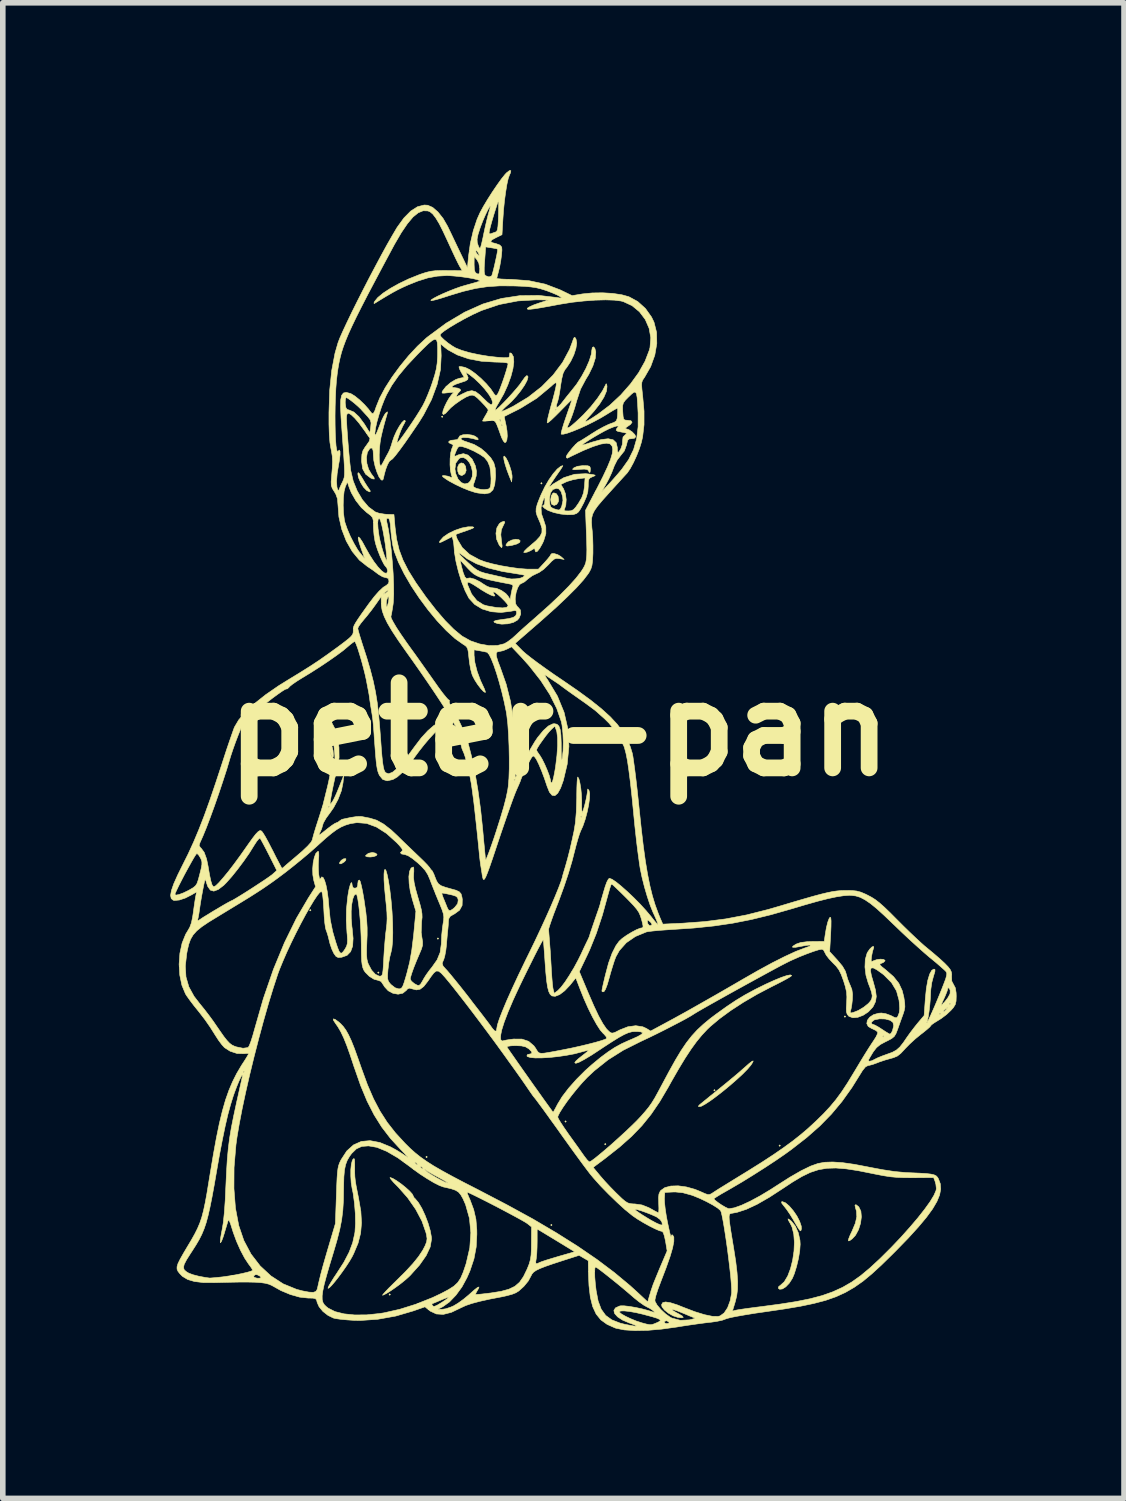
<source format=kicad_pcb>
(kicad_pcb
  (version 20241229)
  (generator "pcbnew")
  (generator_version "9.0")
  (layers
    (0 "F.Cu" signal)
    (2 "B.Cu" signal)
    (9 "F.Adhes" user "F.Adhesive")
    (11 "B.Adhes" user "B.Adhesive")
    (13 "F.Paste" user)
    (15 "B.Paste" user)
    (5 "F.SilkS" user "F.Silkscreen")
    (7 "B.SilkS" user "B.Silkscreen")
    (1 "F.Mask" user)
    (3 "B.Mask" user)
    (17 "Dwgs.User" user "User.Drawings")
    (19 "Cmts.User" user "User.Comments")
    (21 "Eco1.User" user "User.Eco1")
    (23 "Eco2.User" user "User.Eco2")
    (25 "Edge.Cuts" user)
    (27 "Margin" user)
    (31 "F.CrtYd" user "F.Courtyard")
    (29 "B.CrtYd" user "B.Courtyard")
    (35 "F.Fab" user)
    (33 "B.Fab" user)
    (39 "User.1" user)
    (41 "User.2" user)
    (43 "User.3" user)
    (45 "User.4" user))
  (footprint "peter-pan"
    (layer "F.Cu")
    (at 6.965 10.014)
    (property "Reference" "peter-pan" (at 0 0 0) (layer "F.SilkS") (effects (font (size 1.524 1.524) (thickness 0.3))))
    (attr through_hole)
    (fp_poly (pts (xy -4.445 3.239) (xy -4.458 3.251) (xy -4.47 3.239) (xy -4.458 3.226) (xy -4.445 3.239)) (stroke (width 0.01) (type solid)) (fill yes) (layer "F.SilkS"))
    (fp_poly (pts (xy -3.226 4.356) (xy -3.239 4.369) (xy -3.251 4.356) (xy -3.239 4.343) (xy -3.226 4.356)) (stroke (width 0.01) (type solid)) (fill yes) (layer "F.SilkS"))
    (fp_poly (pts (xy -3.023 10.122) (xy -3.035 10.135) (xy -3.048 10.122) (xy -3.035 10.109) (xy -3.023 10.122)) (stroke (width 0.01) (type solid)) (fill yes) (layer "F.SilkS"))
    (fp_poly (pts (xy -2.362 7.658) (xy -2.375 7.671) (xy -2.388 7.658) (xy -2.375 7.645) (xy -2.362 7.658)) (stroke (width 0.01) (type solid)) (fill yes) (layer "F.SilkS"))
    (fp_poly (pts (xy -2.159 3.747) (xy -2.172 3.759) (xy -2.184 3.747) (xy -2.172 3.734) (xy -2.159 3.747)) (stroke (width 0.01) (type solid)) (fill yes) (layer "F.SilkS"))
    (fp_poly (pts (xy -2.083 -5.601) (xy -2.095 -5.588) (xy -2.108 -5.601) (xy -2.095 -5.613) (xy -2.083 -5.601)) (stroke (width 0.01) (type solid)) (fill yes) (layer "F.SilkS"))
    (fp_poly (pts (xy -0.305 -4.407) (xy -0.318 -4.394) (xy -0.33 -4.407) (xy -0.318 -4.42) (xy -0.305 -4.407)) (stroke (width 0.01) (type solid)) (fill yes) (layer "F.SilkS"))
    (fp_poly (pts (xy -0.127 8.877) (xy -0.14 8.89) (xy -0.152 8.877) (xy -0.14 8.865) (xy -0.127 8.877)) (stroke (width 0.01) (type solid)) (fill yes) (layer "F.SilkS"))
    (fp_poly (pts (xy 0.127 7.023) (xy 0.114 7.036) (xy 0.102 7.023) (xy 0.114 7.01) (xy 0.127 7.023)) (stroke (width 0.01) (type solid)) (fill yes) (layer "F.SilkS"))
    (fp_poly (pts (xy 0.838 7.429) (xy 0.826 7.442) (xy 0.813 7.429) (xy 0.826 7.417) (xy 0.838 7.429)) (stroke (width 0.01) (type solid)) (fill yes) (layer "F.SilkS"))
    (fp_poly (pts (xy 2.794 6.464) (xy 2.781 6.477) (xy 2.769 6.464) (xy 2.781 6.452) (xy 2.794 6.464)) (stroke (width 0.01) (type solid)) (fill yes) (layer "F.SilkS"))
    (fp_poly (pts (xy 3.962 7.455) (xy 3.95 7.468) (xy 3.937 7.455) (xy 3.95 7.442) (xy 3.962 7.455)) (stroke (width 0.01) (type solid)) (fill yes) (layer "F.SilkS"))
    (fp_poly (pts (xy 5.131 5.144) (xy 5.118 5.156) (xy 5.105 5.144) (xy 5.118 5.131) (xy 5.131 5.144)) (stroke (width 0.01) (type solid)) (fill yes) (layer "F.SilkS"))
    (fp_poly (pts (xy -3.819 2.319) (xy -3.823 2.346) (xy -3.85 2.374) (xy -3.904 2.407) (xy -3.932 2.407) (xy -3.931 2.383) (xy -3.903 2.345) (xy -3.86 2.318) (xy -3.823 2.316) (xy -3.819 2.319)) (stroke (width 0.01) (type solid)) (fill yes) (layer "F.SilkS"))
    (fp_poly (pts (xy -3.292 2.216) (xy -3.261 2.239) (xy -3.275 2.26) (xy -3.28 2.263) (xy -3.325 2.279) (xy -3.383 2.286) (xy -3.436 2.282) (xy -3.466 2.27) (xy -3.466 2.259) (xy -3.417 2.22) (xy -3.347 2.204) (xy -3.292 2.216)) (stroke (width 0.01) (type solid)) (fill yes) (layer "F.SilkS"))
    (fp_poly (pts (xy -1.713 -4.763) (xy -1.677 -4.713) (xy -1.676 -4.71) (xy -1.666 -4.637) (xy -1.689 -4.578) (xy -1.738 -4.548) (xy -1.751 -4.547) (xy -1.794 -4.568) (xy -1.816 -4.624) (xy -1.818 -4.697) (xy -1.794 -4.749) (xy -1.756 -4.773) (xy -1.713 -4.763)) (stroke (width 0.01) (type solid)) (fill yes) (layer "F.SilkS"))
    (fp_poly (pts (xy -0.722 -3.398) (xy -0.699 -3.379) (xy -0.706 -3.35) (xy -0.757 -3.321) (xy -0.846 -3.296) (xy -0.87 -3.292) (xy -0.93 -3.284) (xy -0.953 -3.292) (xy -0.949 -3.314) (xy -0.912 -3.359) (xy -0.849 -3.391) (xy -0.78 -3.406) (xy -0.722 -3.398)) (stroke (width 0.01) (type solid)) (fill yes) (layer "F.SilkS"))
    (fp_poly (pts (xy -0.052 -4.223) (xy -0.02 -4.176) (xy -0.01 -4.109) (xy -0.015 -4.077) (xy -0.044 -4.03) (xy -0.089 -4.012) (xy -0.13 -4.029) (xy -0.142 -4.049) (xy -0.152 -4.114) (xy -0.142 -4.18) (xy -0.115 -4.227) (xy -0.097 -4.237) (xy -0.052 -4.223)) (stroke (width 0.01) (type solid)) (fill yes) (layer "F.SilkS"))
    (fp_poly (pts (xy -0.954 -4.865) (xy -0.919 -4.8) (xy -0.886 -4.715) (xy -0.859 -4.627) (xy -0.844 -4.549) (xy -0.843 -4.513) (xy -0.851 -4.432) (xy -0.893 -4.534) (xy -0.936 -4.648) (xy -0.969 -4.751) (xy -0.989 -4.832) (xy -0.994 -4.883) (xy -0.983 -4.896) (xy -0.954 -4.865)) (stroke (width 0.01) (type solid)) (fill yes) (layer "F.SilkS"))
    (fp_poly (pts (xy -3.579 -4.582) (xy -3.542 -4.525) (xy -3.523 -4.493) (xy -3.475 -4.412) (xy -3.431 -4.343) (xy -3.406 -4.308) (xy -3.381 -4.267) (xy -3.394 -4.254) (xy -3.439 -4.275) (xy -3.45 -4.282) (xy -3.505 -4.34) (xy -3.557 -4.424) (xy -3.595 -4.513) (xy -3.606 -4.577) (xy -3.6 -4.599) (xy -3.579 -4.582)) (stroke (width 0.01) (type solid)) (fill yes) (layer "F.SilkS"))
    (fp_poly (pts (xy -0.973 -3.711) (xy -0.996 -3.66) (xy -1.001 -3.652) (xy -1.035 -3.577) (xy -1.045 -3.487) (xy -1.032 -3.366) (xy -1.031 -3.359) (xy -1.021 -3.283) (xy -1.028 -3.255) (xy -1.052 -3.273) (xy -1.077 -3.308) (xy -1.12 -3.406) (xy -1.132 -3.511) (xy -1.116 -3.609) (xy -1.072 -3.684) (xy -1.037 -3.711) (xy -0.987 -3.728) (xy -0.973 -3.711)) (stroke (width 0.01) (type solid)) (fill yes) (layer "F.SilkS"))
    (fp_poly (pts (xy 0.51 -4.722) (xy 0.546 -4.711) (xy 0.558 -4.683) (xy 0.559 -4.661) (xy 0.554 -4.608) (xy 0.54 -4.603) (xy 0.525 -4.634) (xy 0.504 -4.654) (xy 0.454 -4.662) (xy 0.366 -4.658) (xy 0.363 -4.657) (xy 0.283 -4.651) (xy 0.245 -4.653) (xy 0.243 -4.664) (xy 0.265 -4.685) (xy 0.327 -4.712) (xy 0.419 -4.724) (xy 0.437 -4.724) (xy 0.51 -4.722)) (stroke (width 0.01) (type solid)) (fill yes) (layer "F.SilkS"))
    (fp_poly (pts (xy 4.054 8.48) (xy 4.122 8.538) (xy 4.192 8.62) (xy 4.257 8.714) (xy 4.307 8.811) (xy 4.336 8.897) (xy 4.339 8.947) (xy 4.328 8.982) (xy 4.309 8.971) (xy 4.303 8.964) (xy 4.277 8.924) (xy 4.235 8.855) (xy 4.191 8.778) (xy 4.134 8.685) (xy 4.073 8.596) (xy 4.032 8.544) (xy 3.989 8.489) (xy 3.982 8.463) (xy 3.997 8.458) (xy 4.054 8.48)) (stroke (width 0.01) (type solid)) (fill yes) (layer "F.SilkS"))
    (fp_poly (pts (xy 5.356 8.543) (xy 5.368 8.555) (xy 5.404 8.629) (xy 5.413 8.731) (xy 5.398 8.846) (xy 5.362 8.96) (xy 5.308 9.06) (xy 5.249 9.124) (xy 5.202 9.158) (xy 5.18 9.161) (xy 5.183 9.131) (xy 5.21 9.062) (xy 5.246 8.986) (xy 5.305 8.845) (xy 5.331 8.729) (xy 5.325 8.629) (xy 5.309 8.574) (xy 5.298 8.523) (xy 5.315 8.512) (xy 5.356 8.543)) (stroke (width 0.01) (type solid)) (fill yes) (layer "F.SilkS"))
    (fp_poly (pts (xy -4.251 -0.063) (xy -4.229 -0.037) (xy -4.174 0.047) (xy -4.122 0.155) (xy -4.078 0.27) (xy -4.05 0.377) (xy -4.043 0.458) (xy -4.043 0.458) (xy -4.048 0.498) (xy -4.057 0.509) (xy -4.072 0.486) (xy -4.098 0.424) (xy -4.125 0.356) (xy -4.17 0.244) (xy -4.218 0.133) (xy -4.259 0.045) (xy -4.26 0.042) (xy -4.296 -0.04) (xy -4.305 -0.087) (xy -4.29 -0.096) (xy -4.251 -0.063)) (stroke (width 0.01) (type solid)) (fill yes) (layer "F.SilkS"))
    (fp_poly (pts (xy 3.461 5.972) (xy 3.435 6.012) (xy 3.376 6.082) (xy 3.29 6.17) (xy 3.185 6.267) (xy 3.067 6.37) (xy 2.944 6.472) (xy 2.824 6.566) (xy 2.713 6.648) (xy 2.619 6.71) (xy 2.55 6.748) (xy 2.519 6.756) (xy 2.492 6.752) (xy 2.507 6.731) (xy 2.516 6.723) (xy 2.548 6.696) (xy 2.612 6.644) (xy 2.699 6.573) (xy 2.803 6.489) (xy 2.857 6.445) (xy 2.979 6.346) (xy 3.101 6.245) (xy 3.211 6.153) (xy 3.296 6.078) (xy 3.315 6.062) (xy 3.403 5.984) (xy 3.457 5.943) (xy 3.476 5.939) (xy 3.461 5.972)) (stroke (width 0.01) (type solid)) (fill yes) (layer "F.SilkS"))
    (fp_poly (pts (xy 4.124 8.78) (xy 4.161 8.81) (xy 4.23 8.897) (xy 4.283 9.016) (xy 4.313 9.151) (xy 4.317 9.222) (xy 4.309 9.338) (xy 4.286 9.477) (xy 4.252 9.62) (xy 4.212 9.749) (xy 4.177 9.832) (xy 4.122 9.918) (xy 4.06 9.983) (xy 3.999 10.022) (xy 3.949 10.028) (xy 3.925 10.009) (xy 3.932 9.98) (xy 3.961 9.958) (xy 4.032 9.894) (xy 4.094 9.79) (xy 4.144 9.658) (xy 4.182 9.506) (xy 4.206 9.345) (xy 4.213 9.186) (xy 4.202 9.04) (xy 4.171 8.915) (xy 4.143 8.856) (xy 4.106 8.792) (xy 4.099 8.767) (xy 4.124 8.78)) (stroke (width 0.01) (type solid)) (fill yes) (layer "F.SilkS"))
    (fp_poly (pts (xy -3.668 7.694) (xy -3.663 7.734) (xy -3.662 7.815) (xy -3.662 7.849) (xy -3.662 7.938) (xy -3.659 8.013) (xy -3.651 8.087) (xy -3.637 8.173) (xy -3.615 8.285) (xy -3.593 8.395) (xy -3.552 8.631) (xy -3.54 8.837) (xy -3.556 9.023) (xy -3.602 9.203) (xy -3.68 9.388) (xy -3.709 9.446) (xy -3.755 9.525) (xy -3.815 9.617) (xy -3.882 9.713) (xy -3.952 9.808) (xy -4.018 9.892) (xy -4.075 9.959) (xy -4.117 10.001) (xy -4.139 10.011) (xy -4.14 10.006) (xy -4.127 9.972) (xy -4.089 9.907) (xy -4.035 9.82) (xy -3.985 9.745) (xy -3.855 9.543) (xy -3.761 9.362) (xy -3.698 9.194) (xy -3.661 9.027) (xy -3.657 9.001) (xy -3.648 8.852) (xy -3.651 8.674) (xy -3.666 8.487) (xy -3.69 8.309) (xy -3.708 8.224) (xy -3.725 8.119) (xy -3.732 8.001) (xy -3.732 7.886) (xy -3.722 7.787) (xy -3.704 7.719) (xy -3.698 7.707) (xy -3.679 7.687) (xy -3.668 7.694)) (stroke (width 0.01) (type solid)) (fill yes) (layer "F.SilkS"))
    (fp_poly (pts (xy -2.981 8.042) (xy -2.912 8.083) (xy -2.831 8.14) (xy -2.75 8.205) (xy -2.68 8.268) (xy -2.632 8.321) (xy -2.616 8.352) (xy -2.599 8.387) (xy -2.579 8.406) (xy -2.521 8.475) (xy -2.459 8.579) (xy -2.4 8.707) (xy -2.348 8.844) (xy -2.309 8.978) (xy -2.288 9.094) (xy -2.286 9.131) (xy -2.31 9.27) (xy -2.382 9.424) (xy -2.501 9.594) (xy -2.668 9.78) (xy -2.68 9.792) (xy -2.747 9.853) (xy -2.832 9.922) (xy -2.926 9.992) (xy -3.017 10.055) (xy -3.095 10.104) (xy -3.15 10.131) (xy -3.164 10.135) (xy -3.154 10.118) (xy -3.114 10.073) (xy -3.048 10.004) (xy -2.962 9.919) (xy -2.916 9.874) (xy -2.749 9.708) (xy -2.618 9.566) (xy -2.518 9.442) (xy -2.445 9.332) (xy -2.402 9.25) (xy -2.374 9.179) (xy -2.366 9.121) (xy -2.376 9.051) (xy -2.387 9.009) (xy -2.458 8.806) (xy -2.57 8.595) (xy -2.715 8.387) (xy -2.885 8.195) (xy -2.9 8.18) (xy -2.967 8.112) (xy -3.012 8.059) (xy -3.03 8.03) (xy -3.027 8.026) (xy -2.981 8.042)) (stroke (width 0.01) (type solid)) (fill yes) (layer "F.SilkS"))
    (fp_poly (pts (xy -1.561 -5.271) (xy -1.512 -5.254) (xy -1.468 -5.225) (xy -1.448 -5.199) (xy -1.459 -5.186) (xy -1.492 -5.194) (xy -1.546 -5.209) (xy -1.622 -5.223) (xy -1.641 -5.225) (xy -1.722 -5.228) (xy -1.76 -5.214) (xy -1.754 -5.191) (xy -1.7 -5.164) (xy -1.671 -5.155) (xy -1.523 -5.103) (xy -1.401 -5.032) (xy -1.312 -4.957) (xy -1.225 -4.864) (xy -1.171 -4.777) (xy -1.145 -4.679) (xy -1.139 -4.553) (xy -1.14 -4.521) (xy -1.154 -4.383) (xy -1.186 -4.29) (xy -1.244 -4.236) (xy -1.333 -4.219) (xy -1.457 -4.234) (xy -1.504 -4.244) (xy -1.605 -4.276) (xy -1.729 -4.326) (xy -1.858 -4.387) (xy -1.973 -4.449) (xy -2.022 -4.48) (xy -2.078 -4.52) (xy -2.094 -4.54) (xy -2.075 -4.546) (xy -2.062 -4.547) (xy -1.992 -4.535) (xy -1.954 -4.521) (xy -1.922 -4.507) (xy -1.918 -4.524) (xy -1.931 -4.56) (xy -1.947 -4.637) (xy -1.949 -4.664) (xy -1.867 -4.664) (xy -1.852 -4.578) (xy -1.811 -4.483) (xy -1.754 -4.421) (xy -1.69 -4.396) (xy -1.627 -4.412) (xy -1.589 -4.451) (xy -1.557 -4.526) (xy -1.553 -4.612) (xy -1.571 -4.698) (xy -1.606 -4.777) (xy -1.655 -4.836) (xy -1.711 -4.869) (xy -1.769 -4.864) (xy -1.795 -4.848) (xy -1.852 -4.769) (xy -1.867 -4.664) (xy -1.949 -4.664) (xy -1.955 -4.741) (xy -1.953 -4.853) (xy -1.948 -4.894) (xy -1.874 -4.894) (xy -1.851 -4.896) (xy -1.806 -4.917) (xy -1.715 -4.939) (xy -1.632 -4.913) (xy -1.56 -4.843) (xy -1.505 -4.731) (xy -1.497 -4.705) (xy -1.481 -4.622) (xy -1.486 -4.538) (xy -1.516 -4.438) (xy -1.54 -4.375) (xy -1.531 -4.343) (xy -1.481 -4.316) (xy -1.402 -4.298) (xy -1.343 -4.294) (xy -1.266 -4.304) (xy -1.235 -4.333) (xy -1.223 -4.397) (xy -1.22 -4.491) (xy -1.226 -4.597) (xy -1.24 -4.695) (xy -1.243 -4.709) (xy -1.281 -4.799) (xy -1.338 -4.87) (xy -1.42 -4.926) (xy -1.528 -4.985) (xy -1.641 -5.035) (xy -1.735 -5.065) (xy -1.784 -5.07) (xy -1.815 -5.049) (xy -1.842 -4.993) (xy -1.87 -4.924) (xy -1.874 -4.894) (xy -1.948 -4.894) (xy -1.942 -4.955) (xy -1.923 -5.027) (xy -1.92 -5.033) (xy -1.899 -5.082) (xy -1.907 -5.104) (xy -1.933 -5.113) (xy -1.976 -5.135) (xy -1.975 -5.16) (xy -1.936 -5.178) (xy -1.892 -5.182) (xy -1.824 -5.191) (xy -1.803 -5.217) (xy -1.781 -5.255) (xy -1.724 -5.277) (xy -1.646 -5.283) (xy -1.561 -5.271)) (stroke (width 0.01) (type solid)) (fill yes) (layer "F.SilkS"))
    (fp_poly (pts (xy 0.058 -4.706) (xy 0.028 -4.657) (xy -0.009 -4.604) (xy -0.066 -4.522) (xy -0.119 -4.443) (xy -0.143 -4.407) (xy -0.191 -4.332) (xy -0.116 -4.387) (xy 0.03 -4.387) (xy 0.079 -4.308) (xy 0.112 -4.221) (xy 0.126 -4.116) (xy 0.119 -4.016) (xy 0.101 -3.961) (xy 0.089 -3.928) (xy 0.107 -3.914) (xy 0.164 -3.912) (xy 0.215 -3.916) (xy 0.256 -3.936) (xy 0.297 -3.98) (xy 0.348 -4.053) (xy 0.405 -4.151) (xy 0.437 -4.238) (xy 0.452 -4.34) (xy 0.453 -4.349) (xy 0.464 -4.504) (xy 0.338 -4.489) (xy 0.241 -4.47) (xy 0.148 -4.442) (xy 0.121 -4.431) (xy 0.03 -4.387) (xy -0.116 -4.387) (xy -0.102 -4.398) (xy 0.084 -4.509) (xy 0.277 -4.57) (xy 0.476 -4.58) (xy 0.533 -4.574) (xy 0.612 -4.562) (xy 0.645 -4.553) (xy 0.64 -4.543) (xy 0.6 -4.526) (xy 0.597 -4.525) (xy 0.553 -4.504) (xy 0.53 -4.475) (xy 0.522 -4.423) (xy 0.521 -4.357) (xy 0.514 -4.262) (xy 0.489 -4.169) (xy 0.441 -4.059) (xy 0.432 -4.042) (xy 0.384 -3.951) (xy 0.347 -3.896) (xy 0.311 -3.867) (xy 0.267 -3.852) (xy 0.25 -3.848) (xy 0.151 -3.844) (xy 0.028 -3.857) (xy -0.096 -3.884) (xy -0.196 -3.921) (xy -0.201 -3.923) (xy -0.261 -3.96) (xy -0.294 -3.992) (xy -0.293 -4.011) (xy -0.281 -4.013) (xy -0.263 -4.035) (xy -0.256 -4.089) (xy -0.256 -4.096) (xy -0.257 -4.135) (xy -0.174 -4.135) (xy -0.173 -4.098) (xy -0.165 -4.023) (xy -0.148 -3.982) (xy -0.11 -3.958) (xy -0.076 -3.946) (xy -0.016 -3.929) (xy 0.016 -3.938) (xy 0.04 -3.981) (xy 0.046 -3.995) (xy 0.068 -4.098) (xy 0.063 -4.164) (xy 0.035 -4.258) (xy -0.007 -4.308) (xy -0.05 -4.318) (xy -0.115 -4.295) (xy -0.157 -4.232) (xy -0.174 -4.135) (xy -0.257 -4.135) (xy -0.258 -4.178) (xy -0.292 -4.089) (xy -0.324 -3.972) (xy -0.318 -3.864) (xy -0.28 -3.756) (xy -0.239 -3.629) (xy -0.238 -3.507) (xy -0.278 -3.376) (xy -0.3 -3.329) (xy -0.348 -3.244) (xy -0.388 -3.192) (xy -0.418 -3.178) (xy -0.431 -3.204) (xy -0.432 -3.214) (xy -0.44 -3.242) (xy -0.464 -3.23) (xy -0.512 -3.201) (xy -0.568 -3.177) (xy -0.615 -3.166) (xy -0.635 -3.172) (xy -0.635 -3.173) (xy -0.617 -3.199) (xy -0.57 -3.246) (xy -0.518 -3.29) (xy -0.411 -3.382) (xy -0.343 -3.457) (xy -0.309 -3.526) (xy -0.308 -3.599) (xy -0.335 -3.688) (xy -0.367 -3.762) (xy -0.398 -3.835) (xy -0.414 -3.896) (xy -0.412 -3.958) (xy -0.392 -4.034) (xy -0.352 -4.137) (xy -0.324 -4.204) (xy -0.258 -4.342) (xy -0.184 -4.469) (xy -0.107 -4.579) (xy -0.034 -4.663) (xy 0.03 -4.713) (xy 0.066 -4.724) (xy 0.058 -4.706)) (stroke (width 0.01) (type solid)) (fill yes) (layer "F.SilkS"))
    (fp_poly (pts (xy -1.549 -3.628) (xy -1.527 -3.619) (xy -1.542 -3.605) (xy -1.599 -3.581) (xy -1.664 -3.558) (xy -1.751 -3.528) (xy -1.816 -3.505) (xy -1.848 -3.492) (xy -1.849 -3.492) (xy -1.846 -3.467) (xy -1.827 -3.413) (xy -1.821 -3.4) (xy -1.734 -3.254) (xy -1.604 -3.134) (xy -1.431 -3.04) (xy -1.333 -3.003) (xy -1.203 -2.967) (xy -1.045 -2.932) (xy -0.877 -2.903) (xy -0.717 -2.881) (xy -0.583 -2.871) (xy -0.553 -2.87) (xy -0.372 -2.87) (xy -0.262 -2.988) (xy -0.205 -3.053) (xy -0.165 -3.103) (xy -0.152 -3.128) (xy -0.133 -3.148) (xy -0.085 -3.148) (xy -0.026 -3.13) (xy 0.028 -3.098) (xy 0.029 -3.097) (xy 0.089 -3.044) (xy 0.004 -3.059) (xy -0.046 -3.063) (xy -0.086 -3.051) (xy -0.132 -3.014) (xy -0.194 -2.948) (xy -0.278 -2.867) (xy -0.362 -2.809) (xy -0.4 -2.792) (xy -0.484 -2.751) (xy -0.561 -2.694) (xy -0.567 -2.688) (xy -0.621 -2.642) (xy -0.667 -2.618) (xy -0.675 -2.616) (xy -0.71 -2.593) (xy -0.744 -2.534) (xy -0.771 -2.452) (xy -0.786 -2.361) (xy -0.787 -2.327) (xy -0.779 -2.247) (xy -0.749 -2.199) (xy -0.737 -2.19) (xy -0.694 -2.138) (xy -0.688 -2.066) (xy -0.718 -1.992) (xy -0.748 -1.957) (xy -0.82 -1.916) (xy -0.92 -1.891) (xy -1.028 -1.885) (xy -1.105 -1.896) (xy -1.162 -1.917) (xy -1.169 -1.936) (xy -1.125 -1.953) (xy -1.031 -1.967) (xy -1.024 -1.968) (xy -0.901 -1.985) (xy -0.822 -2.006) (xy -0.778 -2.036) (xy -0.762 -2.077) (xy -0.762 -2.087) (xy -0.767 -2.12) (xy -0.792 -2.129) (xy -0.85 -2.119) (xy -0.857 -2.117) (xy -1.042 -2.094) (xy -1.219 -2.108) (xy -1.379 -2.157) (xy -1.513 -2.238) (xy -1.614 -2.347) (xy -1.62 -2.357) (xy -1.685 -2.484) (xy -1.737 -2.619) (xy -1.644 -2.619) (xy -1.637 -2.584) (xy -1.568 -2.424) (xy -1.474 -2.306) (xy -1.357 -2.232) (xy -1.288 -2.212) (xy -1.129 -2.184) (xy -1.012 -2.176) (xy -0.94 -2.186) (xy -0.914 -2.215) (xy -0.914 -2.217) (xy -0.932 -2.249) (xy -0.977 -2.301) (xy -1.036 -2.36) (xy -1.097 -2.415) (xy -1.148 -2.453) (xy -1.172 -2.464) (xy -1.183 -2.449) (xy -1.165 -2.421) (xy -1.15 -2.392) (xy -1.172 -2.388) (xy -1.224 -2.406) (xy -1.299 -2.444) (xy -1.393 -2.5) (xy -1.433 -2.527) (xy -1.534 -2.592) (xy -1.599 -2.628) (xy -1.634 -2.637) (xy -1.644 -2.619) (xy -1.737 -2.619) (xy -1.748 -2.646) (xy -1.804 -2.826) (xy -1.848 -3.006) (xy -1.853 -3.035) (xy -1.775 -3.035) (xy -1.752 -2.93) (xy -1.72 -2.81) (xy -1.69 -2.733) (xy -1.661 -2.703) (xy -1.65 -2.705) (xy -1.595 -2.713) (xy -1.513 -2.691) (xy -1.419 -2.644) (xy -1.367 -2.609) (xy -1.292 -2.563) (xy -1.226 -2.538) (xy -1.201 -2.536) (xy -1.124 -2.527) (xy -1.035 -2.489) (xy -0.956 -2.434) (xy -0.919 -2.392) (xy -0.877 -2.328) (xy -0.859 -2.434) (xy -0.844 -2.506) (xy -0.83 -2.557) (xy -0.826 -2.565) (xy -0.835 -2.587) (xy -0.869 -2.601) (xy -1.061 -2.638) (xy -1.211 -2.669) (xy -1.325 -2.697) (xy -1.412 -2.724) (xy -1.478 -2.753) (xy -1.532 -2.786) (xy -1.58 -2.827) (xy -1.631 -2.879) (xy -1.643 -2.892) (xy -1.775 -3.035) (xy -1.853 -3.035) (xy -1.874 -3.163) (xy -1.796 -3.163) (xy -1.795 -3.151) (xy -1.764 -3.114) (xy -1.704 -3.054) (xy -1.621 -2.977) (xy -1.541 -2.906) (xy -1.478 -2.859) (xy -1.416 -2.826) (xy -1.339 -2.801) (xy -1.231 -2.775) (xy -1.202 -2.769) (xy -1.094 -2.744) (xy -1.004 -2.724) (xy -0.944 -2.709) (xy -0.927 -2.705) (xy -0.858 -2.694) (xy -0.772 -2.697) (xy -0.692 -2.71) (xy -0.647 -2.728) (xy -0.622 -2.75) (xy -0.629 -2.763) (xy -0.674 -2.773) (xy -0.724 -2.781) (xy -1.024 -2.83) (xy -1.275 -2.892) (xy -1.482 -2.967) (xy -1.647 -3.056) (xy -1.699 -3.095) (xy -1.765 -3.145) (xy -1.796 -3.163) (xy -1.874 -3.163) (xy -1.876 -3.171) (xy -1.882 -3.256) (xy -1.889 -3.334) (xy -1.901 -3.396) (xy -1.918 -3.452) (xy -2.039 -3.39) (xy -2.108 -3.356) (xy -2.14 -3.345) (xy -2.145 -3.355) (xy -2.132 -3.38) (xy -2.075 -3.445) (xy -1.982 -3.509) (xy -1.867 -3.565) (xy -1.744 -3.607) (xy -1.629 -3.629) (xy -1.549 -3.628)) (stroke (width 0.01) (type solid)) (fill yes) (layer "F.SilkS"))
    (fp_poly (pts (xy -0.865 -10.008) (xy -0.872 -9.968) (xy -0.891 -9.927) (xy -0.913 -9.864) (xy -0.936 -9.761) (xy -0.958 -9.626) (xy -0.979 -9.471) (xy -0.996 -9.305) (xy -1.007 -9.148) (xy -1.024 -8.86) (xy -1.133 -8.807) (xy -1.204 -8.768) (xy -1.226 -8.739) (xy -1.199 -8.718) (xy -1.132 -8.701) (xy -1.062 -8.675) (xy -1.029 -8.638) (xy -1.025 -8.586) (xy -1.032 -8.499) (xy -1.046 -8.394) (xy -1.066 -8.283) (xy -1.091 -8.183) (xy -1.092 -8.179) (xy -1.109 -8.117) (xy -1.117 -8.08) (xy -1.117 -8.077) (xy -1.094 -8.072) (xy -1.03 -8.066) (xy -0.937 -8.062) (xy -0.865 -8.061) (xy -0.543 -8.037) (xy -0.251 -7.975) (xy 0.014 -7.874) (xy 0.021 -7.871) (xy 0.232 -7.769) (xy 0.42 -7.8) (xy 0.592 -7.817) (xy 0.777 -7.82) (xy 0.959 -7.809) (xy 1.124 -7.784) (xy 1.249 -7.749) (xy 1.406 -7.664) (xy 1.545 -7.539) (xy 1.654 -7.386) (xy 1.699 -7.293) (xy 1.745 -7.11) (xy 1.749 -6.911) (xy 1.713 -6.703) (xy 1.639 -6.498) (xy 1.528 -6.304) (xy 1.521 -6.295) (xy 1.495 -6.256) (xy 1.481 -6.218) (xy 1.477 -6.169) (xy 1.482 -6.096) (xy 1.494 -5.986) (xy 1.495 -5.98) (xy 1.52 -5.7) (xy 1.52 -5.456) (xy 1.495 -5.241) (xy 1.473 -5.143) (xy 1.437 -5.028) (xy 1.387 -4.901) (xy 1.33 -4.777) (xy 1.272 -4.67) (xy 1.221 -4.595) (xy 1.212 -4.585) (xy 1.185 -4.556) (xy 1.131 -4.497) (xy 1.055 -4.413) (xy 0.964 -4.313) (xy 0.889 -4.23) (xy 0.775 -4.103) (xy 0.691 -4.003) (xy 0.634 -3.923) (xy 0.599 -3.853) (xy 0.582 -3.784) (xy 0.579 -3.706) (xy 0.586 -3.61) (xy 0.592 -3.556) (xy 0.601 -3.436) (xy 0.605 -3.294) (xy 0.605 -3.156) (xy 0.604 -3.133) (xy 0.598 -3.017) (xy 0.587 -2.935) (xy 0.568 -2.873) (xy 0.538 -2.816) (xy 0.522 -2.791) (xy 0.437 -2.679) (xy 0.312 -2.54) (xy 0.147 -2.375) (xy -0.056 -2.183) (xy -0.297 -1.968) (xy -0.362 -1.911) (xy -0.788 -1.541) (xy -0.655 -1.406) (xy -0.597 -1.355) (xy -0.505 -1.282) (xy -0.384 -1.191) (xy -0.242 -1.089) (xy -0.087 -0.98) (xy 0.064 -0.878) (xy 0.334 -0.692) (xy 0.564 -0.524) (xy 0.755 -0.371) (xy 0.912 -0.229) (xy 1.039 -0.093) (xy 1.139 0.04) (xy 1.217 0.175) (xy 1.275 0.314) (xy 1.309 0.425) (xy 1.321 0.485) (xy 1.336 0.589) (xy 1.355 0.729) (xy 1.376 0.898) (xy 1.398 1.089) (xy 1.42 1.295) (xy 1.435 1.439) (xy 1.472 1.79) (xy 1.508 2.096) (xy 1.545 2.363) (xy 1.584 2.596) (xy 1.625 2.8) (xy 1.67 2.982) (xy 1.72 3.146) (xy 1.776 3.299) (xy 1.807 3.375) (xy 1.856 3.488) (xy 2.217 3.471) (xy 2.61 3.442) (xy 2.984 3.394) (xy 3.357 3.323) (xy 3.745 3.225) (xy 3.951 3.165) (xy 4.194 3.092) (xy 4.396 3.033) (xy 4.56 2.986) (xy 4.695 2.95) (xy 4.804 2.924) (xy 4.895 2.905) (xy 4.974 2.894) (xy 5.046 2.887) (xy 5.117 2.885) (xy 5.131 2.885) (xy 5.244 2.886) (xy 5.328 2.895) (xy 5.403 2.915) (xy 5.49 2.952) (xy 5.524 2.969) (xy 5.596 3.007) (xy 5.665 3.051) (xy 5.738 3.108) (xy 5.824 3.184) (xy 5.93 3.286) (xy 6.045 3.402) (xy 6.164 3.521) (xy 6.283 3.637) (xy 6.393 3.741) (xy 6.484 3.825) (xy 6.54 3.875) (xy 6.696 4.004) (xy 6.816 4.107) (xy 6.904 4.188) (xy 6.966 4.252) (xy 7.005 4.303) (xy 7.025 4.347) (xy 7.031 4.388) (xy 7.029 4.42) (xy 7.032 4.509) (xy 7.064 4.57) (xy 7.096 4.63) (xy 7.11 4.719) (xy 7.112 4.778) (xy 7.109 4.867) (xy 7.094 4.929) (xy 7.059 4.985) (xy 7.017 5.032) (xy 6.939 5.106) (xy 6.842 5.179) (xy 6.789 5.212) (xy 6.718 5.256) (xy 6.669 5.291) (xy 6.655 5.309) (xy 6.636 5.332) (xy 6.585 5.377) (xy 6.512 5.436) (xy 6.483 5.458) (xy 6.382 5.54) (xy 6.279 5.634) (xy 6.195 5.72) (xy 6.192 5.724) (xy 6.119 5.802) (xy 6.057 5.851) (xy 5.988 5.88) (xy 5.938 5.894) (xy 5.835 5.923) (xy 5.731 5.958) (xy 5.694 5.973) (xy 5.617 6.001) (xy 5.552 6.018) (xy 5.534 6.02) (xy 5.487 6.044) (xy 5.431 6.113) (xy 5.416 6.138) (xy 5.242 6.417) (xy 5.065 6.665) (xy 4.877 6.89) (xy 4.669 7.103) (xy 4.434 7.31) (xy 4.162 7.522) (xy 4.039 7.611) (xy 3.879 7.721) (xy 3.689 7.846) (xy 3.483 7.977) (xy 3.276 8.105) (xy 3.08 8.22) (xy 2.991 8.271) (xy 2.898 8.324) (xy 2.825 8.369) (xy 2.78 8.398) (xy 2.771 8.407) (xy 2.792 8.433) (xy 2.843 8.473) (xy 2.909 8.518) (xy 2.975 8.557) (xy 3.026 8.581) (xy 3.042 8.585) (xy 3.137 8.569) (xy 3.266 8.523) (xy 3.423 8.45) (xy 3.601 8.354) (xy 3.795 8.237) (xy 3.889 8.176) (xy 4.129 8.023) (xy 4.334 7.905) (xy 4.504 7.822) (xy 4.636 7.775) (xy 4.756 7.753) (xy 4.9 7.748) (xy 5.075 7.76) (xy 5.286 7.79) (xy 5.538 7.838) (xy 5.54 7.839) (xy 5.79 7.886) (xy 6.006 7.919) (xy 6.201 7.937) (xy 6.287 7.941) (xy 6.451 7.948) (xy 6.572 7.955) (xy 6.657 7.965) (xy 6.715 7.978) (xy 6.753 7.997) (xy 6.778 8.023) (xy 6.794 8.052) (xy 6.827 8.139) (xy 6.834 8.234) (xy 6.814 8.339) (xy 6.766 8.456) (xy 6.688 8.589) (xy 6.577 8.741) (xy 6.432 8.914) (xy 6.252 9.112) (xy 6.033 9.337) (xy 5.958 9.412) (xy 5.771 9.595) (xy 5.601 9.751) (xy 5.442 9.883) (xy 5.285 9.993) (xy 5.126 10.085) (xy 4.957 10.162) (xy 4.771 10.227) (xy 4.561 10.282) (xy 4.322 10.332) (xy 4.045 10.379) (xy 3.725 10.426) (xy 3.711 10.428) (xy 3.51 10.457) (xy 3.332 10.486) (xy 3.184 10.512) (xy 3.072 10.534) (xy 3.001 10.553) (xy 2.985 10.559) (xy 2.922 10.582) (xy 2.828 10.602) (xy 2.721 10.618) (xy 2.705 10.619) (xy 2.605 10.631) (xy 2.471 10.649) (xy 2.317 10.671) (xy 2.159 10.695) (xy 2.108 10.704) (xy 1.833 10.742) (xy 1.581 10.764) (xy 1.357 10.768) (xy 1.167 10.756) (xy 1.018 10.726) (xy 0.996 10.718) (xy 0.858 10.656) (xy 0.747 10.576) (xy 0.662 10.471) (xy 0.6 10.337) (xy 0.558 10.169) (xy 0.534 9.962) (xy 0.525 9.757) (xy 0.524 9.715) (xy 0.636 9.715) (xy 0.638 9.812) (xy 0.648 9.931) (xy 0.662 10.05) (xy 0.698 10.239) (xy 0.753 10.385) (xy 0.833 10.496) (xy 0.943 10.576) (xy 1.089 10.633) (xy 1.175 10.655) (xy 1.291 10.678) (xy 1.361 10.689) (xy 1.384 10.686) (xy 1.36 10.67) (xy 1.288 10.642) (xy 1.258 10.632) (xy 1.136 10.58) (xy 1.047 10.522) (xy 0.994 10.463) (xy 0.986 10.432) (xy 1.077 10.432) (xy 1.08 10.44) (xy 1.117 10.471) (xy 1.189 10.512) (xy 1.282 10.556) (xy 1.382 10.597) (xy 1.477 10.628) (xy 1.48 10.629) (xy 1.566 10.652) (xy 1.621 10.662) (xy 1.661 10.661) (xy 1.704 10.646) (xy 1.747 10.628) (xy 1.771 10.617) (xy 1.88 10.617) (xy 1.901 10.638) (xy 1.932 10.643) (xy 1.967 10.633) (xy 1.968 10.617) (xy 1.932 10.594) (xy 1.916 10.592) (xy 1.883 10.606) (xy 1.88 10.617) (xy 1.771 10.617) (xy 1.793 10.606) (xy 1.813 10.587) (xy 1.801 10.569) (xy 1.754 10.547) (xy 1.667 10.52) (xy 1.536 10.485) (xy 1.512 10.478) (xy 1.375 10.446) (xy 1.256 10.425) (xy 1.162 10.415) (xy 1.1 10.417) (xy 1.077 10.432) (xy 0.986 10.432) (xy 0.98 10.408) (xy 1.008 10.362) (xy 1.079 10.329) (xy 1.103 10.324) (xy 1.162 10.324) (xy 1.256 10.335) (xy 1.37 10.354) (xy 1.489 10.38) (xy 1.598 10.409) (xy 1.674 10.434) (xy 1.704 10.441) (xy 1.701 10.427) (xy 1.672 10.402) (xy 1.627 10.372) (xy 1.581 10.349) (xy 1.518 10.314) (xy 1.434 10.255) (xy 1.345 10.184) (xy 1.322 10.164) (xy 1.234 10.088) (xy 1.132 10.002) (xy 1.024 9.913) (xy 0.917 9.827) (xy 0.819 9.749) (xy 0.737 9.686) (xy 0.678 9.643) (xy 0.651 9.627) (xy 0.651 9.627) (xy 0.64 9.65) (xy 0.636 9.715) (xy 0.524 9.715) (xy 0.521 9.515) (xy 0.439 9.468) (xy 0.358 9.42) (xy 0.071 9.512) (xy -0.107 9.57) (xy -0.243 9.617) (xy -0.343 9.656) (xy -0.413 9.69) (xy -0.459 9.722) (xy -0.487 9.755) (xy -0.504 9.788) (xy -0.554 9.881) (xy -0.633 9.977) (xy -0.723 10.058) (xy -0.776 10.091) (xy -0.842 10.117) (xy -0.937 10.143) (xy -1.017 10.161) (xy -1.242 10.204) (xy -1.422 10.244) (xy -1.564 10.282) (xy -1.673 10.319) (xy -1.757 10.358) (xy -1.763 10.361) (xy -1.93 10.441) (xy -2.075 10.478) (xy -2.2 10.47) (xy -2.309 10.419) (xy -2.332 10.401) (xy -2.35 10.386) (xy -2.172 10.386) (xy -2.095 10.387) (xy -2.029 10.377) (xy -1.943 10.348) (xy -1.892 10.326) (xy -1.81 10.277) (xy -1.712 10.206) (xy -1.619 10.129) (xy -1.613 10.123) (xy -1.522 10.042) (xy -1.463 9.996) (xy -1.436 9.987) (xy -1.444 10.014) (xy -1.463 10.046) (xy -1.49 10.094) (xy -1.496 10.119) (xy -1.496 10.12) (xy -1.468 10.12) (xy -1.401 10.115) (xy -1.305 10.104) (xy -1.222 10.094) (xy -1.04 10.065) (xy -0.901 10.027) (xy -0.793 9.975) (xy -0.709 9.902) (xy -0.639 9.801) (xy -0.574 9.667) (xy -0.565 9.645) (xy -0.534 9.567) (xy -0.529 9.547) (xy -0.421 9.547) (xy -0.413 9.572) (xy -0.38 9.563) (xy -0.355 9.55) (xy -0.312 9.533) (xy -0.232 9.506) (xy -0.127 9.474) (xy -0.014 9.44) (xy 0.278 9.356) (xy 0.011 9.193) (xy -0.099 9.126) (xy -0.2 9.065) (xy -0.279 9.017) (xy -0.325 8.989) (xy -0.394 8.949) (xy -0.394 9.167) (xy -0.396 9.281) (xy -0.401 9.388) (xy -0.409 9.468) (xy -0.411 9.481) (xy -0.421 9.547) (xy -0.529 9.547) (xy -0.515 9.495) (xy -0.503 9.415) (xy -0.498 9.311) (xy -0.497 9.199) (xy -0.495 8.911) (xy -0.57 8.851) (xy -0.609 8.826) (xy -0.682 8.784) (xy -0.782 8.729) (xy -0.901 8.665) (xy -1.031 8.596) (xy -1.165 8.526) (xy -1.297 8.458) (xy -1.418 8.397) (xy -1.521 8.346) (xy -1.598 8.309) (xy -1.643 8.29) (xy -1.651 8.289) (xy -1.642 8.318) (xy -1.618 8.377) (xy -1.597 8.424) (xy -1.531 8.601) (xy -1.491 8.773) (xy -1.475 8.963) (xy -1.474 9.041) (xy -1.486 9.271) (xy -1.526 9.483) (xy -1.598 9.699) (xy -1.652 9.822) (xy -1.741 9.986) (xy -1.849 10.134) (xy -1.965 10.255) (xy -2.079 10.337) (xy -2.082 10.339) (xy -2.172 10.386) (xy -2.35 10.386) (xy -2.403 10.342) (xy -2.611 10.415) (xy -2.928 10.508) (xy -3.252 10.566) (xy -3.565 10.587) (xy -3.668 10.585) (xy -3.793 10.577) (xy -3.91 10.566) (xy -4.002 10.553) (xy -4.044 10.543) (xy -4.14 10.496) (xy -4.231 10.425) (xy -4.3 10.341) (xy -4.334 10.265) (xy -4.345 10.22) (xy -4.365 10.197) (xy -4.408 10.187) (xy -4.486 10.185) (xy -4.498 10.185) (xy -4.647 10.169) (xy -4.731 10.145) (xy -4.245 10.145) (xy -4.244 10.213) (xy -4.23 10.266) (xy -4.204 10.307) (xy -4.166 10.343) (xy -4.135 10.367) (xy -4.014 10.428) (xy -3.854 10.468) (xy -3.662 10.488) (xy -3.446 10.486) (xy -3.214 10.462) (xy -3.137 10.45) (xy -2.854 10.386) (xy -2.593 10.304) (xy -2.278 10.304) (xy -2.273 10.312) (xy -2.255 10.332) (xy -2.227 10.332) (xy -2.179 10.31) (xy -2.1 10.262) (xy -2.035 10.219) (xy -1.992 10.186) (xy -1.981 10.174) (xy -2.002 10.176) (xy -2.057 10.196) (xy -2.124 10.224) (xy -2.201 10.257) (xy -2.257 10.28) (xy -2.278 10.287) (xy -2.278 10.304) (xy -2.593 10.304) (xy -2.557 10.292) (xy -2.266 10.176) (xy -2.108 10.101) (xy -1.98 10.033) (xy -1.885 9.972) (xy -1.817 9.908) (xy -1.764 9.829) (xy -1.719 9.724) (xy -1.671 9.583) (xy -1.665 9.563) (xy -1.601 9.287) (xy -1.582 9.016) (xy -1.607 8.756) (xy -1.676 8.512) (xy -1.722 8.407) (xy -1.761 8.338) (xy -1.801 8.289) (xy -1.854 8.255) (xy -1.932 8.228) (xy -2.046 8.201) (xy -2.072 8.196) (xy -2.145 8.169) (xy -2.246 8.118) (xy -2.365 8.047) (xy -2.493 7.964) (xy -2.615 7.876) (xy -2.411 7.876) (xy -2.404 7.888) (xy -2.387 7.907) (xy -2.347 7.938) (xy -2.279 7.982) (xy -2.196 8.031) (xy -2.112 8.076) (xy -2.041 8.111) (xy -1.997 8.126) (xy -1.994 8.127) (xy -2.003 8.116) (xy -2.048 8.087) (xy -2.121 8.046) (xy -2.152 8.029) (xy -2.245 7.979) (xy -2.323 7.934) (xy -2.375 7.902) (xy -2.381 7.898) (xy -2.411 7.876) (xy -2.615 7.876) (xy -2.618 7.874) (xy -2.667 7.836) (xy -2.675 7.83) (xy -2.485 7.83) (xy -2.479 7.845) (xy -2.453 7.872) (xy -2.439 7.866) (xy -2.438 7.863) (xy -2.456 7.841) (xy -2.468 7.833) (xy -2.485 7.83) (xy -2.675 7.83) (xy -2.779 7.754) (xy -2.587 7.754) (xy -2.581 7.768) (xy -2.555 7.796) (xy -2.54 7.79) (xy -2.54 7.787) (xy -2.558 7.765) (xy -2.569 7.757) (xy -2.587 7.754) (xy -2.779 7.754) (xy -2.889 7.674) (xy -3.088 7.558) (xy -3.264 7.486) (xy -3.413 7.46) (xy -3.534 7.469) (xy -3.631 7.512) (xy -3.716 7.595) (xy -3.753 7.645) (xy -3.795 7.717) (xy -3.825 7.796) (xy -3.845 7.892) (xy -3.856 8.015) (xy -3.86 8.175) (xy -3.861 8.234) (xy -3.864 8.437) (xy -3.875 8.616) (xy -3.896 8.785) (xy -3.93 8.958) (xy -3.979 9.15) (xy -4.044 9.372) (xy -4.114 9.602) (xy -4.168 9.789) (xy -4.208 9.938) (xy -4.233 10.055) (xy -4.245 10.145) (xy -4.731 10.145) (xy -4.814 10.122) (xy -4.984 10.051) (xy -5.105 9.983) (xy -5.152 9.957) (xy -5.203 9.936) (xy -5.265 9.92) (xy -5.342 9.909) (xy -5.442 9.902) (xy -5.569 9.899) (xy -5.73 9.899) (xy -5.929 9.903) (xy -6.172 9.909) (xy -6.372 9.908) (xy -6.531 9.889) (xy -6.653 9.853) (xy -6.748 9.796) (xy -6.795 9.748) (xy -6.827 9.707) (xy -6.844 9.668) (xy -6.844 9.639) (xy -6.729 9.639) (xy -6.714 9.682) (xy -6.671 9.718) (xy -6.63 9.741) (xy -6.557 9.768) (xy -6.452 9.795) (xy -6.333 9.817) (xy -6.261 9.827) (xy -6.226 9.825) (xy -6.153 9.819) (xy -6.057 9.809) (xy -6.02 9.805) (xy -5.925 9.791) (xy -5.474 9.791) (xy -5.461 9.815) (xy -5.414 9.829) (xy -5.391 9.83) (xy -5.345 9.827) (xy -5.344 9.811) (xy -5.362 9.791) (xy -5.412 9.766) (xy -5.444 9.768) (xy -5.474 9.791) (xy -5.925 9.791) (xy -5.91 9.789) (xy -5.792 9.769) (xy -5.68 9.746) (xy -5.583 9.723) (xy -5.516 9.703) (xy -5.491 9.69) (xy -5.499 9.666) (xy -5.532 9.616) (xy -5.561 9.578) (xy -5.632 9.471) (xy -5.707 9.33) (xy -5.778 9.171) (xy -5.838 9.008) (xy -5.864 8.925) (xy -5.889 8.846) (xy -5.911 8.797) (xy -5.925 8.786) (xy -5.926 8.788) (xy -5.939 8.83) (xy -5.962 8.906) (xy -5.99 8.999) (xy -5.993 9.011) (xy -6.021 9.099) (xy -6.046 9.164) (xy -6.064 9.194) (xy -6.066 9.195) (xy -6.07 9.172) (xy -6.064 9.111) (xy -6.049 9.022) (xy -6.039 8.973) (xy -6.016 8.838) (xy -5.997 8.658) (xy -5.981 8.432) (xy -5.972 8.225) (xy -5.825 8.225) (xy -5.798 8.573) (xy -5.739 8.885) (xy -5.739 8.886) (xy -5.648 9.154) (xy -5.519 9.397) (xy -5.355 9.61) (xy -5.162 9.789) (xy -4.943 9.931) (xy -4.701 10.03) (xy -4.597 10.057) (xy -4.481 10.079) (xy -4.404 10.083) (xy -4.357 10.067) (xy -4.334 10.029) (xy -4.33 10.014) (xy -4.302 9.89) (xy -4.269 9.755) (xy -4.227 9.599) (xy -4.173 9.411) (xy -4.128 9.258) (xy -4.008 8.852) (xy -3.99 8.344) (xy -3.984 8.169) (xy -3.978 8.037) (xy -3.971 7.939) (xy -3.962 7.867) (xy -3.95 7.812) (xy -3.934 7.766) (xy -3.912 7.72) (xy -3.906 7.708) (xy -3.804 7.551) (xy -3.683 7.442) (xy -3.544 7.38) (xy -3.387 7.366) (xy -3.212 7.399) (xy -3.024 7.476) (xy -2.919 7.533) (xy -2.818 7.595) (xy -2.739 7.648) (xy -2.733 7.653) (xy -2.711 7.667) (xy -2.721 7.65) (xy -2.761 7.605) (xy -2.828 7.535) (xy -2.847 7.516) (xy -3.023 7.324) (xy -3.178 7.122) (xy -3.315 6.903) (xy -3.44 6.658) (xy -3.556 6.379) (xy -3.668 6.058) (xy -3.673 6.045) (xy -3.743 5.833) (xy -3.804 5.662) (xy -3.859 5.525) (xy -3.911 5.416) (xy -3.963 5.327) (xy -4.007 5.264) (xy -4.043 5.209) (xy -4.044 5.185) (xy -4.013 5.194) (xy -3.956 5.235) (xy -3.917 5.268) (xy -3.868 5.32) (xy -3.821 5.384) (xy -3.774 5.467) (xy -3.723 5.576) (xy -3.667 5.716) (xy -3.603 5.894) (xy -3.541 6.071) (xy -3.434 6.364) (xy -3.325 6.616) (xy -3.209 6.837) (xy -3.08 7.038) (xy -2.932 7.227) (xy -2.759 7.415) (xy -2.756 7.418) (xy -2.667 7.506) (xy -2.577 7.586) (xy -2.48 7.663) (xy -2.37 7.74) (xy -2.243 7.821) (xy -2.092 7.908) (xy -1.911 8.007) (xy -1.696 8.12) (xy -1.448 8.247) (xy -0.937 8.514) (xy -0.471 8.769) (xy -0.05 9.017) (xy 0.332 9.258) (xy 0.677 9.494) (xy 0.988 9.728) (xy 1.268 9.961) (xy 1.397 10.078) (xy 1.587 10.255) (xy 1.598 10.213) (xy 1.716 10.213) (xy 1.716 10.242) (xy 1.754 10.311) (xy 1.822 10.391) (xy 1.905 10.468) (xy 1.988 10.528) (xy 2.019 10.544) (xy 2.168 10.584) (xy 2.332 10.576) (xy 2.375 10.566) (xy 2.422 10.552) (xy 2.435 10.544) (xy 2.434 10.544) (xy 2.405 10.533) (xy 2.34 10.507) (xy 2.253 10.47) (xy 2.211 10.453) (xy 2.111 10.413) (xy 2.048 10.393) (xy 2.023 10.392) (xy 2.038 10.41) (xy 2.098 10.446) (xy 2.138 10.467) (xy 2.204 10.506) (xy 2.223 10.531) (xy 2.194 10.539) (xy 2.125 10.531) (xy 2.04 10.503) (xy 1.956 10.455) (xy 1.886 10.399) (xy 1.842 10.342) (xy 1.834 10.305) (xy 1.855 10.267) (xy 1.907 10.255) (xy 1.994 10.269) (xy 2.117 10.308) (xy 2.224 10.351) (xy 2.428 10.429) (xy 2.603 10.483) (xy 2.743 10.512) (xy 2.846 10.514) (xy 2.883 10.505) (xy 2.955 10.452) (xy 3.017 10.359) (xy 3.063 10.234) (xy 3.089 10.096) (xy 3.089 10.031) (xy 3.083 9.928) (xy 3.072 9.796) (xy 3.055 9.643) (xy 3.035 9.476) (xy 3.013 9.303) (xy 2.989 9.134) (xy 2.965 8.976) (xy 2.942 8.837) (xy 2.922 8.731) (xy 3.044 8.731) (xy 3.047 8.788) (xy 3.058 8.873) (xy 3.076 8.992) (xy 3.102 9.151) (xy 3.126 9.296) (xy 3.163 9.533) (xy 3.186 9.728) (xy 3.197 9.89) (xy 3.195 10.026) (xy 3.18 10.146) (xy 3.153 10.256) (xy 3.151 10.262) (xy 3.103 10.419) (xy 3.158 10.404) (xy 3.201 10.396) (xy 3.285 10.383) (xy 3.399 10.367) (xy 3.535 10.349) (xy 3.632 10.337) (xy 3.961 10.293) (xy 4.246 10.248) (xy 4.494 10.198) (xy 4.71 10.141) (xy 4.902 10.073) (xy 5.077 9.993) (xy 5.241 9.898) (xy 5.4 9.785) (xy 5.562 9.65) (xy 5.733 9.492) (xy 5.762 9.464) (xy 5.947 9.28) (xy 6.121 9.097) (xy 6.281 8.918) (xy 6.424 8.75) (xy 6.546 8.595) (xy 6.644 8.459) (xy 6.713 8.345) (xy 6.75 8.259) (xy 6.756 8.225) (xy 6.747 8.146) (xy 6.732 8.092) (xy 6.707 8.027) (xy 6.344 8.03) (xy 6.184 8.029) (xy 6.054 8.024) (xy 5.934 8.013) (xy 5.805 7.993) (xy 5.65 7.963) (xy 5.611 7.955) (xy 5.356 7.904) (xy 5.141 7.871) (xy 4.957 7.856) (xy 4.794 7.861) (xy 4.644 7.887) (xy 4.498 7.935) (xy 4.347 8.008) (xy 4.181 8.107) (xy 4.018 8.215) (xy 3.766 8.379) (xy 3.545 8.506) (xy 3.352 8.596) (xy 3.186 8.65) (xy 3.099 8.666) (xy 3.075 8.67) (xy 3.058 8.678) (xy 3.048 8.696) (xy 3.044 8.731) (xy 2.922 8.731) (xy 2.921 8.725) (xy 2.903 8.648) (xy 2.89 8.617) (xy 2.838 8.573) (xy 2.751 8.518) (xy 2.642 8.459) (xy 2.523 8.402) (xy 2.406 8.354) (xy 2.369 8.341) (xy 2.216 8.299) (xy 2.083 8.285) (xy 2.037 8.286) (xy 1.892 8.293) (xy 1.885 8.407) (xy 1.888 8.478) (xy 1.899 8.583) (xy 1.918 8.709) (xy 1.94 8.826) (xy 1.964 8.938) (xy 1.983 9.024) (xy 1.998 9.076) (xy 2.004 9.087) (xy 2.004 9.085) (xy 2.017 9.054) (xy 2.032 9.055) (xy 2.054 9.094) (xy 2.054 9.171) (xy 2.032 9.287) (xy 1.986 9.443) (xy 1.916 9.642) (xy 1.826 9.877) (xy 1.771 10.023) (xy 1.734 10.136) (xy 1.716 10.213) (xy 1.598 10.213) (xy 1.616 10.15) (xy 1.645 10.053) (xy 1.679 9.954) (xy 1.682 9.944) (xy 1.709 9.877) (xy 1.749 9.779) (xy 1.796 9.665) (xy 1.827 9.592) (xy 1.934 9.341) (xy 1.905 9.166) (xy 1.885 9.075) (xy 1.864 9.013) (xy 1.845 8.992) (xy 1.795 8.979) (xy 1.715 8.944) (xy 1.615 8.894) (xy 1.507 8.834) (xy 1.403 8.771) (xy 1.315 8.711) (xy 1.305 8.703) (xy 1.18 8.601) (xy 1.173 8.595) (xy 1.354 8.595) (xy 1.368 8.612) (xy 1.416 8.647) (xy 1.486 8.694) (xy 1.568 8.745) (xy 1.65 8.794) (xy 1.722 8.833) (xy 1.763 8.853) (xy 1.822 8.876) (xy 1.846 8.875) (xy 1.844 8.845) (xy 1.839 8.823) (xy 1.808 8.779) (xy 1.749 8.735) (xy 1.732 8.726) (xy 1.654 8.691) (xy 1.565 8.656) (xy 1.478 8.625) (xy 1.405 8.603) (xy 1.361 8.594) (xy 1.354 8.595) (xy 1.173 8.595) (xy 1.036 8.47) (xy 0.885 8.324) (xy 0.74 8.175) (xy 0.614 8.034) (xy 0.555 7.963) (xy 0.497 7.887) (xy 0.417 7.78) (xy 0.321 7.649) (xy 0.217 7.506) (xy 0.111 7.358) (xy 0.089 7.328) (xy -0.053 7.128) (xy -0.178 6.955) (xy -0.184 6.946) (xy -0.025 6.946) (xy -0.011 6.978) (xy 0.028 7.043) (xy 0.086 7.131) (xy 0.158 7.235) (xy 0.182 7.269) (xy 0.264 7.383) (xy 0.341 7.49) (xy 0.405 7.581) (xy 0.449 7.643) (xy 0.455 7.651) (xy 0.499 7.708) (xy 0.534 7.742) (xy 0.543 7.746) (xy 0.575 7.73) (xy 0.637 7.685) (xy 0.723 7.615) (xy 0.827 7.528) (xy 0.942 7.428) (xy 1.061 7.321) (xy 1.179 7.213) (xy 1.289 7.109) (xy 1.384 7.016) (xy 1.458 6.938) (xy 1.462 6.934) (xy 1.54 6.845) (xy 1.603 6.768) (xy 1.657 6.692) (xy 1.711 6.605) (xy 1.772 6.494) (xy 1.842 6.363) (xy 1.971 6.122) (xy 2.083 5.921) (xy 2.184 5.753) (xy 2.28 5.611) (xy 2.375 5.49) (xy 2.474 5.382) (xy 2.583 5.281) (xy 2.705 5.18) (xy 2.813 5.099) (xy 3.001 4.964) (xy 3.167 4.853) (xy 3.328 4.756) (xy 3.498 4.664) (xy 3.521 4.652) (xy 3.697 4.565) (xy 3.851 4.495) (xy 3.98 4.442) (xy 4.077 4.409) (xy 4.14 4.397) (xy 4.164 4.409) (xy 4.164 4.411) (xy 4.142 4.429) (xy 4.082 4.465) (xy 3.991 4.514) (xy 3.878 4.572) (xy 3.802 4.61) (xy 3.548 4.743) (xy 3.303 4.886) (xy 3.075 5.034) (xy 2.874 5.181) (xy 2.708 5.32) (xy 2.654 5.371) (xy 2.556 5.476) (xy 2.46 5.593) (xy 2.362 5.728) (xy 2.257 5.888) (xy 2.141 6.079) (xy 2.01 6.307) (xy 1.953 6.41) (xy 1.801 6.668) (xy 1.647 6.894) (xy 1.482 7.098) (xy 1.297 7.29) (xy 1.083 7.48) (xy 0.832 7.678) (xy 0.806 7.698) (xy 0.609 7.845) (xy 0.736 7.998) (xy 0.815 8.089) (xy 0.914 8.195) (xy 1.014 8.297) (xy 1.041 8.323) (xy 1.124 8.403) (xy 1.183 8.453) (xy 1.231 8.482) (xy 1.279 8.495) (xy 1.34 8.5) (xy 1.358 8.5) (xy 1.484 8.518) (xy 1.605 8.566) (xy 1.631 8.58) (xy 1.704 8.621) (xy 1.758 8.649) (xy 1.779 8.659) (xy 1.784 8.637) (xy 1.786 8.577) (xy 1.783 8.493) (xy 1.783 8.49) (xy 1.78 8.389) (xy 1.787 8.323) (xy 1.808 8.276) (xy 1.821 8.258) (xy 1.893 8.207) (xy 2 8.179) (xy 2.131 8.175) (xy 2.278 8.195) (xy 2.43 8.237) (xy 2.528 8.277) (xy 2.611 8.314) (xy 2.662 8.332) (xy 2.698 8.33) (xy 2.732 8.313) (xy 2.744 8.305) (xy 2.788 8.276) (xy 2.866 8.226) (xy 2.967 8.164) (xy 3.082 8.093) (xy 3.111 8.075) (xy 3.391 7.903) (xy 3.632 7.752) (xy 3.84 7.616) (xy 4.021 7.491) (xy 4.18 7.375) (xy 4.323 7.262) (xy 4.456 7.149) (xy 4.585 7.03) (xy 4.599 7.017) (xy 4.735 6.884) (xy 4.851 6.759) (xy 4.957 6.632) (xy 5.059 6.493) (xy 5.165 6.332) (xy 5.284 6.136) (xy 5.31 6.093) (xy 5.392 5.956) (xy 5.472 5.825) (xy 5.544 5.71) (xy 5.601 5.622) (xy 5.63 5.579) (xy 5.675 5.508) (xy 5.68 5.499) (xy 5.791 5.499) (xy 5.804 5.512) (xy 5.817 5.499) (xy 5.804 5.486) (xy 5.791 5.499) (xy 5.68 5.499) (xy 5.702 5.45) (xy 5.706 5.423) (xy 5.675 5.394) (xy 5.616 5.365) (xy 5.602 5.36) (xy 5.536 5.321) (xy 5.511 5.271) (xy 5.591 5.271) (xy 5.62 5.283) (xy 5.657 5.297) (xy 5.72 5.332) (xy 5.779 5.37) (xy 5.849 5.416) (xy 5.903 5.448) (xy 5.925 5.459) (xy 5.947 5.44) (xy 5.97 5.396) (xy 5.992 5.308) (xy 5.979 5.249) (xy 5.93 5.211) (xy 5.841 5.187) (xy 5.74 5.184) (xy 5.654 5.2) (xy 5.637 5.208) (xy 5.597 5.241) (xy 5.591 5.271) (xy 5.511 5.271) (xy 5.51 5.269) (xy 5.52 5.211) (xy 5.562 5.155) (xy 5.63 5.11) (xy 5.72 5.084) (xy 5.771 5.08) (xy 5.85 5.092) (xy 5.935 5.123) (xy 5.95 5.13) (xy 6.01 5.161) (xy 6.042 5.166) (xy 6.061 5.148) (xy 6.067 5.137) (xy 6.091 5.075) (xy 6.099 4.999) (xy 6.092 4.895) (xy 6.087 4.848) (xy 6.042 4.684) (xy 5.953 4.536) (xy 5.817 4.399) (xy 5.787 4.375) (xy 5.689 4.305) (xy 5.623 4.271) (xy 5.586 4.276) (xy 5.576 4.321) (xy 5.592 4.408) (xy 5.627 4.527) (xy 5.666 4.671) (xy 5.68 4.783) (xy 5.667 4.874) (xy 5.628 4.956) (xy 5.615 4.977) (xy 5.538 5.059) (xy 5.446 5.12) (xy 5.349 5.157) (xy 5.261 5.165) (xy 5.192 5.14) (xy 5.183 5.132) (xy 5.158 5.1) (xy 5.145 5.057) (xy 5.143 4.991) (xy 5.149 4.897) (xy 5.153 4.791) (xy 5.147 4.702) (xy 5.126 4.608) (xy 5.094 4.504) (xy 5.052 4.39) (xy 5.011 4.307) (xy 4.959 4.238) (xy 4.9 4.179) (xy 4.834 4.109) (xy 4.783 4.043) (xy 4.76 3.999) (xy 4.735 3.952) (xy 4.708 3.937) (xy 4.65 3.947) (xy 4.557 3.976) (xy 4.439 4.019) (xy 4.305 4.072) (xy 4.167 4.133) (xy 4.13 4.15) (xy 4.068 4.181) (xy 3.971 4.231) (xy 3.846 4.298) (xy 3.699 4.378) (xy 3.536 4.467) (xy 3.363 4.562) (xy 3.187 4.659) (xy 3.014 4.755) (xy 2.851 4.846) (xy 2.703 4.929) (xy 2.578 5) (xy 2.481 5.056) (xy 2.418 5.094) (xy 2.4 5.106) (xy 2.353 5.135) (xy 2.269 5.183) (xy 2.157 5.243) (xy 2.026 5.311) (xy 1.886 5.383) (xy 1.744 5.454) (xy 1.611 5.519) (xy 1.494 5.574) (xy 1.46 5.59) (xy 1.149 5.746) (xy 0.876 5.918) (xy 0.629 6.115) (xy 0.503 6.233) (xy 0.415 6.326) (xy 0.322 6.434) (xy 0.228 6.55) (xy 0.141 6.665) (xy 0.067 6.772) (xy 0.011 6.861) (xy -0.021 6.925) (xy -0.025 6.946) (xy -0.184 6.946) (xy -0.282 6.81) (xy -0.365 6.698) (xy -0.423 6.62) (xy -0.455 6.581) (xy -0.457 6.579) (xy -0.477 6.552) (xy -0.516 6.496) (xy -0.564 6.426) (xy -0.62 6.344) (xy -0.694 6.238) (xy -0.775 6.124) (xy -0.822 6.058) (xy -0.897 5.954) (xy -0.967 5.856) (xy -1.024 5.777) (xy -1.051 5.74) (xy -1.089 5.687) (xy -0.936 5.687) (xy -0.92 5.712) (xy -0.879 5.772) (xy -0.818 5.859) (xy -0.742 5.968) (xy -0.655 6.092) (xy -0.561 6.225) (xy -0.466 6.36) (xy -0.373 6.49) (xy -0.288 6.61) (xy -0.214 6.713) (xy -0.156 6.793) (xy -0.12 6.843) (xy -0.108 6.857) (xy -0.095 6.837) (xy -0.065 6.783) (xy -0.028 6.712) (xy 0.054 6.578) (xy 0.17 6.426) (xy 0.311 6.267) (xy 0.468 6.11) (xy 0.589 6.002) (xy 0.743 5.875) (xy 0.875 5.777) (xy 0.995 5.698) (xy 1.117 5.631) (xy 1.253 5.569) (xy 1.292 5.553) (xy 1.408 5.501) (xy 1.475 5.462) (xy 1.495 5.435) (xy 1.467 5.418) (xy 1.393 5.411) (xy 1.364 5.411) (xy 1.306 5.415) (xy 1.241 5.432) (xy 1.165 5.465) (xy 1.07 5.517) (xy 0.949 5.592) (xy 0.795 5.692) (xy 0.752 5.721) (xy 0.583 5.832) (xy 0.45 5.912) (xy 0.355 5.962) (xy 0.298 5.981) (xy 0.279 5.97) (xy 0.298 5.942) (xy 0.347 5.897) (xy 0.406 5.85) (xy 0.47 5.8) (xy 0.513 5.764) (xy 0.525 5.749) (xy 0.499 5.752) (xy 0.441 5.766) (xy 0.401 5.777) (xy 0.273 5.811) (xy 0.129 5.838) (xy -0.021 5.86) (xy -0.17 5.876) (xy -0.307 5.884) (xy -0.425 5.885) (xy -0.515 5.877) (xy -0.568 5.86) (xy -0.578 5.848) (xy -0.566 5.823) (xy -0.536 5.817) (xy -0.491 5.806) (xy -0.491 5.775) (xy -0.537 5.727) (xy -0.55 5.717) (xy -0.604 5.685) (xy -0.675 5.669) (xy -0.779 5.664) (xy -0.78 5.664) (xy -0.862 5.667) (xy -0.918 5.676) (xy -0.936 5.687) (xy -1.089 5.687) (xy -1.16 5.59) (xy -1.234 5.49) (xy -1.05 5.49) (xy -1.048 5.556) (xy -1.021 5.581) (xy -0.997 5.576) (xy -0.95 5.565) (xy -0.873 5.553) (xy -0.815 5.546) (xy -0.666 5.547) (xy -0.547 5.587) (xy -0.453 5.667) (xy -0.421 5.712) (xy -0.398 5.751) (xy -0.378 5.778) (xy -0.356 5.795) (xy -0.321 5.802) (xy -0.267 5.799) (xy -0.186 5.786) (xy -0.07 5.765) (xy 0.076 5.737) (xy 0.226 5.707) (xy 0.378 5.673) (xy 0.523 5.638) (xy 0.651 5.605) (xy 0.754 5.575) (xy 0.823 5.551) (xy 0.848 5.538) (xy 0.845 5.508) (xy 0.806 5.461) (xy 0.789 5.446) (xy 0.736 5.385) (xy 0.671 5.284) (xy 0.597 5.151) (xy 0.52 4.995) (xy 0.444 4.824) (xy 0.382 4.67) (xy 0.298 4.451) (xy 0.193 4.582) (xy 0.098 4.682) (xy 0.008 4.75) (xy -0.072 4.781) (xy -0.13 4.774) (xy -0.161 4.746) (xy -0.186 4.696) (xy -0.207 4.618) (xy -0.224 4.507) (xy -0.239 4.356) (xy -0.253 4.169) (xy -0.262 4.034) (xy -0.271 3.918) (xy -0.278 3.829) (xy -0.284 3.778) (xy -0.286 3.769) (xy -0.3 3.788) (xy -0.332 3.845) (xy -0.379 3.933) (xy -0.437 4.046) (xy -0.502 4.177) (xy -0.572 4.317) (xy -0.642 4.46) (xy -0.709 4.599) (xy -0.769 4.727) (xy -0.819 4.836) (xy -0.826 4.851) (xy -0.916 5.063) (xy -0.984 5.241) (xy -1.029 5.384) (xy -1.05 5.49) (xy -1.234 5.49) (xy -1.285 5.421) (xy -1.418 5.243) (xy -1.553 5.064) (xy -1.683 4.894) (xy -1.802 4.741) (xy -1.901 4.615) (xy -1.951 4.553) (xy -2.043 4.442) (xy -2.11 4.368) (xy -2.16 4.33) (xy -2.201 4.328) (xy -2.244 4.361) (xy -2.295 4.427) (xy -2.353 4.512) (xy -2.426 4.605) (xy -2.491 4.654) (xy -2.558 4.666) (xy -2.627 4.649) (xy -2.683 4.634) (xy -2.718 4.65) (xy -2.735 4.672) (xy -2.8 4.725) (xy -2.885 4.743) (xy -2.976 4.727) (xy -3.062 4.681) (xy -3.129 4.608) (xy -3.143 4.584) (xy -3.19 4.515) (xy -3.237 4.496) (xy -3.316 4.475) (xy -3.401 4.422) (xy -3.473 4.35) (xy -3.498 4.313) (xy -3.516 4.27) (xy -3.529 4.216) (xy -3.538 4.142) (xy -3.542 4.037) (xy -3.544 3.893) (xy -3.544 3.861) (xy -3.547 3.715) (xy -3.554 3.561) (xy -3.564 3.408) (xy -3.577 3.264) (xy -3.591 3.138) (xy -3.607 3.037) (xy -3.622 2.971) (xy -3.636 2.946) (xy -3.636 2.946) (xy -3.67 2.97) (xy -3.696 3.035) (xy -3.715 3.133) (xy -3.725 3.253) (xy -3.724 3.388) (xy -3.713 3.528) (xy -3.708 3.562) (xy -3.691 3.742) (xy -3.699 3.881) (xy -3.735 3.981) (xy -3.799 4.047) (xy -3.892 4.08) (xy -3.895 4.081) (xy -3.957 4.086) (xy -3.996 4.067) (xy -4.035 4.013) (xy -4.037 4.01) (xy -4.072 3.935) (xy -4.105 3.838) (xy -4.118 3.785) (xy -4.14 3.697) (xy -4.163 3.624) (xy -4.175 3.594) (xy -4.186 3.55) (xy -4.198 3.467) (xy -4.208 3.356) (xy -4.215 3.231) (xy -4.215 3.228) (xy -4.224 3.082) (xy -4.235 2.977) (xy -4.248 2.916) (xy -4.258 2.903) (xy -4.287 2.919) (xy -4.333 2.975) (xy -4.394 3.066) (xy -4.465 3.184) (xy -4.545 3.325) (xy -4.629 3.482) (xy -4.715 3.649) (xy -4.799 3.821) (xy -4.878 3.99) (xy -4.948 4.151) (xy -5.008 4.297) (xy -5.039 4.381) (xy -5.121 4.631) (xy -5.207 4.912) (xy -5.294 5.216) (xy -5.38 5.535) (xy -5.464 5.861) (xy -5.543 6.185) (xy -5.615 6.5) (xy -5.678 6.796) (xy -5.73 7.067) (xy -5.77 7.303) (xy -5.789 7.442) (xy -5.823 7.847) (xy -5.825 8.225) (xy -5.972 8.225) (xy -5.969 8.166) (xy -5.957 7.914) (xy -5.944 7.698) (xy -5.926 7.506) (xy -5.903 7.323) (xy -5.872 7.136) (xy -5.831 6.93) (xy -5.78 6.693) (xy -5.78 6.692) (xy -5.748 6.55) (xy -5.72 6.422) (xy -5.696 6.317) (xy -5.68 6.246) (xy -5.675 6.223) (xy -5.672 6.19) (xy -5.683 6.197) (xy -5.706 6.238) (xy -5.737 6.305) (xy -5.773 6.392) (xy -5.811 6.492) (xy -5.837 6.566) (xy -5.886 6.723) (xy -5.935 6.903) (xy -5.983 7.111) (xy -6.033 7.354) (xy -6.087 7.636) (xy -6.133 7.899) (xy -6.178 8.16) (xy -6.218 8.378) (xy -6.254 8.558) (xy -6.288 8.708) (xy -6.322 8.835) (xy -6.359 8.944) (xy -6.4 9.043) (xy -6.448 9.138) (xy -6.505 9.235) (xy -6.573 9.342) (xy -6.602 9.386) (xy -6.674 9.5) (xy -6.716 9.581) (xy -6.729 9.639) (xy -6.844 9.639) (xy -6.844 9.624) (xy -6.827 9.567) (xy -6.788 9.488) (xy -6.727 9.38) (xy -6.66 9.267) (xy -6.586 9.143) (xy -6.526 9.036) (xy -6.477 8.938) (xy -6.436 8.841) (xy -6.401 8.738) (xy -6.37 8.62) (xy -6.34 8.48) (xy -6.309 8.311) (xy -6.275 8.103) (xy -6.25 7.95) (xy -6.193 7.61) (xy -6.139 7.314) (xy -6.086 7.057) (xy -6.032 6.834) (xy -5.976 6.638) (xy -5.915 6.465) (xy -5.848 6.307) (xy -5.774 6.16) (xy -5.758 6.134) (xy -5.664 6.134) (xy -5.652 6.147) (xy -5.639 6.134) (xy -5.652 6.121) (xy -5.664 6.134) (xy -5.758 6.134) (xy -5.69 6.018) (xy -5.648 5.954) (xy -5.603 5.883) (xy -5.572 5.83) (xy -5.563 5.809) (xy -5.585 5.803) (xy -5.638 5.807) (xy -5.649 5.808) (xy -5.769 5.805) (xy -5.893 5.764) (xy -5.993 5.7) (xy -6.04 5.649) (xy -6.1 5.569) (xy -6.162 5.473) (xy -6.182 5.441) (xy -6.253 5.329) (xy -6.342 5.201) (xy -6.435 5.08) (xy -6.466 5.041) (xy -6.545 4.943) (xy -6.617 4.848) (xy -6.673 4.769) (xy -6.693 4.737) (xy -6.757 4.583) (xy -6.795 4.402) (xy -6.805 4.24) (xy -6.696 4.24) (xy -6.684 4.434) (xy -6.633 4.61) (xy -6.54 4.78) (xy -6.443 4.906) (xy -6.356 5.013) (xy -6.267 5.129) (xy -6.19 5.234) (xy -6.174 5.258) (xy -6.079 5.396) (xy -6.007 5.499) (xy -5.95 5.571) (xy -5.904 5.62) (xy -5.862 5.652) (xy -5.819 5.673) (xy -5.779 5.687) (xy -5.662 5.711) (xy -5.581 5.7) (xy -5.568 5.694) (xy -5.549 5.662) (xy -5.522 5.592) (xy -5.49 5.493) (xy -5.459 5.383) (xy -5.298 4.821) (xy -5.118 4.299) (xy -4.92 3.82) (xy -4.706 3.384) (xy -4.492 3.019) (xy -4.363 2.818) (xy -4.395 2.704) (xy -4.412 2.606) (xy -4.415 2.498) (xy -4.406 2.39) (xy -4.386 2.295) (xy -4.359 2.223) (xy -4.324 2.187) (xy -4.313 2.184) (xy -4.306 2.207) (xy -4.305 2.268) (xy -4.31 2.346) (xy -4.314 2.429) (xy -4.312 2.515) (xy -4.307 2.593) (xy -4.297 2.653) (xy -4.286 2.683) (xy -4.275 2.673) (xy -4.252 2.641) (xy -4.227 2.654) (xy -4.201 2.706) (xy -4.176 2.79) (xy -4.154 2.902) (xy -4.136 3.035) (xy -4.124 3.175) (xy -4.1 3.408) (xy -4.056 3.623) (xy -4.046 3.658) (xy -4.002 3.808) (xy -3.967 3.913) (xy -3.94 3.978) (xy -3.915 4.007) (xy -3.891 4.005) (xy -3.863 3.975) (xy -3.833 3.931) (xy -3.807 3.883) (xy -3.794 3.834) (xy -3.791 3.768) (xy -3.797 3.67) (xy -3.8 3.645) (xy -3.813 3.425) (xy -3.81 3.225) (xy -3.789 3.018) (xy -3.782 2.965) (xy -3.765 2.869) (xy -3.746 2.797) (xy -3.729 2.752) (xy -3.715 2.744) (xy -3.709 2.777) (xy -3.708 2.792) (xy -3.691 2.836) (xy -3.658 2.845) (xy -3.621 2.833) (xy -3.607 2.79) (xy -3.607 2.766) (xy -3.599 2.711) (xy -3.577 2.698) (xy -3.562 2.726) (xy -3.543 2.798) (xy -3.52 2.906) (xy -3.496 3.044) (xy -3.488 3.1) (xy -3.462 3.278) (xy -3.447 3.424) (xy -3.439 3.554) (xy -3.439 3.684) (xy -3.444 3.799) (xy -3.449 3.939) (xy -3.449 4.041) (xy -3.443 4.115) (xy -3.429 4.173) (xy -3.417 4.205) (xy -3.36 4.312) (xy -3.293 4.386) (xy -3.225 4.419) (xy -3.213 4.42) (xy -3.19 4.417) (xy -3.174 4.404) (xy -3.163 4.373) (xy -3.155 4.315) (xy -3.148 4.223) (xy -3.141 4.09) (xy -3.132 3.944) (xy -3.12 3.796) (xy -3.108 3.664) (xy -3.096 3.573) (xy -3.086 3.482) (xy -3.082 3.388) (xy -3.085 3.28) (xy -3.097 3.143) (xy -3.111 3.011) (xy -3.128 2.834) (xy -3.137 2.693) (xy -3.137 2.59) (xy -3.131 2.527) (xy -3.119 2.506) (xy -3.102 2.528) (xy -3.082 2.596) (xy -3.058 2.71) (xy -3.033 2.87) (xy -3.01 3.068) (xy -2.993 3.268) (xy -2.983 3.462) (xy -2.98 3.642) (xy -2.984 3.797) (xy -2.996 3.919) (xy -3.012 3.993) (xy -3.033 4.074) (xy -3.052 4.182) (xy -3.065 4.296) (xy -3.066 4.3) (xy -3.073 4.4) (xy -3.072 4.465) (xy -3.06 4.508) (xy -3.035 4.545) (xy -3.009 4.573) (xy -2.938 4.628) (xy -2.872 4.648) (xy -2.843 4.645) (xy -2.82 4.63) (xy -2.799 4.595) (xy -2.776 4.532) (xy -2.746 4.433) (xy -2.726 4.362) (xy -2.677 4.168) (xy -2.64 3.956) (xy -2.61 3.712) (xy -2.605 3.668) (xy -2.566 3.258) (xy -2.629 3.047) (xy -2.667 2.897) (xy -2.687 2.758) (xy -2.692 2.637) (xy -2.68 2.543) (xy -2.652 2.483) (xy -2.612 2.464) (xy -2.604 2.486) (xy -2.603 2.544) (xy -2.606 2.584) (xy -2.608 2.656) (xy -2.598 2.741) (xy -2.574 2.851) (xy -2.533 2.997) (xy -2.531 3.004) (xy -2.492 3.136) (xy -2.468 3.232) (xy -2.457 3.304) (xy -2.455 3.366) (xy -2.462 3.429) (xy -2.464 3.444) (xy -2.471 3.638) (xy -2.459 3.722) (xy -2.446 3.805) (xy -2.447 3.867) (xy -2.466 3.933) (xy -2.497 4.007) (xy -2.554 4.141) (xy -2.604 4.266) (xy -2.641 4.37) (xy -2.663 4.444) (xy -2.667 4.471) (xy -2.647 4.509) (xy -2.597 4.551) (xy -2.588 4.557) (xy -2.541 4.582) (xy -2.509 4.586) (xy -2.481 4.562) (xy -2.445 4.502) (xy -2.421 4.458) (xy -2.382 4.396) (xy -2.325 4.317) (xy -2.279 4.26) (xy -2.186 4.128) (xy -2.132 3.996) (xy -2.111 3.845) (xy -2.109 3.799) (xy -2.104 3.686) (xy -2.091 3.559) (xy -2.081 3.49) (xy -2.069 3.416) (xy -2.066 3.359) (xy -2.074 3.303) (xy -2.096 3.234) (xy -2.134 3.139) (xy -2.153 3.094) (xy -2.204 2.971) (xy -2.219 2.932) (xy -2.102 2.932) (xy -2.097 2.957) (xy -2.078 3.012) (xy -2.067 3.038) (xy -2.035 3.116) (xy -2.008 3.183) (xy -2.004 3.194) (xy -1.979 3.239) (xy -1.947 3.245) (xy -1.898 3.213) (xy -1.869 3.187) (xy -1.817 3.12) (xy -1.808 3.056) (xy -1.819 3.015) (xy -1.847 2.989) (xy -1.906 2.969) (xy -1.956 2.957) (xy -2.033 2.941) (xy -2.086 2.932) (xy -2.102 2.932) (xy -2.219 2.932) (xy -2.255 2.843) (xy -2.298 2.733) (xy -2.311 2.697) (xy -2.351 2.604) (xy -2.398 2.528) (xy -2.467 2.452) (xy -2.531 2.392) (xy -2.625 2.315) (xy -2.705 2.263) (xy -2.759 2.243) (xy -2.824 2.231) (xy -2.843 2.209) (xy -2.819 2.184) (xy -2.805 2.165) (xy -2.818 2.133) (xy -2.861 2.08) (xy -2.908 2.03) (xy -3.092 1.864) (xy -3.272 1.749) (xy -3.448 1.684) (xy -3.623 1.67) (xy -3.74 1.688) (xy -3.826 1.714) (xy -3.905 1.748) (xy -3.984 1.794) (xy -4.073 1.859) (xy -4.179 1.947) (xy -4.311 2.066) (xy -4.343 2.095) (xy -4.466 2.204) (xy -4.613 2.328) (xy -4.768 2.454) (xy -4.913 2.568) (xy -4.94 2.588) (xy -5.04 2.663) (xy -5.132 2.73) (xy -5.221 2.792) (xy -5.313 2.855) (xy -5.416 2.922) (xy -5.535 2.998) (xy -5.678 3.086) (xy -5.849 3.19) (xy -6.056 3.316) (xy -6.115 3.352) (xy -6.277 3.451) (xy -6.4 3.534) (xy -6.491 3.608) (xy -6.556 3.681) (xy -6.602 3.759) (xy -6.635 3.851) (xy -6.661 3.964) (xy -6.671 4.019) (xy -6.696 4.24) (xy -6.805 4.24) (xy -6.807 4.206) (xy -6.793 4.01) (xy -6.753 3.826) (xy -6.689 3.668) (xy -6.657 3.616) (xy -6.616 3.545) (xy -6.586 3.463) (xy -6.578 3.423) (xy -6.476 3.423) (xy -6.461 3.423) (xy -6.423 3.398) (xy -6.377 3.367) (xy -6.298 3.319) (xy -6.201 3.259) (xy -6.126 3.215) (xy -6.029 3.157) (xy -5.949 3.111) (xy -5.895 3.082) (xy -5.878 3.073) (xy -5.849 3.06) (xy -5.787 3.024) (xy -5.7 2.971) (xy -5.598 2.907) (xy -5.487 2.836) (xy -5.379 2.765) (xy -5.28 2.7) (xy -5.2 2.645) (xy -5.148 2.607) (xy -5.138 2.599) (xy -5.057 2.527) (xy -5.197 2.248) (xy -5.253 2.139) (xy -5.302 2.046) (xy -5.338 1.98) (xy -5.357 1.949) (xy -5.357 1.948) (xy -5.378 1.959) (xy -5.416 2.004) (xy -5.463 2.076) (xy -5.471 2.089) (xy -5.552 2.219) (xy -5.651 2.361) (xy -5.758 2.504) (xy -5.863 2.635) (xy -5.958 2.742) (xy -6.007 2.792) (xy -6.105 2.867) (xy -6.185 2.897) (xy -6.247 2.879) (xy -6.294 2.813) (xy -6.318 2.743) (xy -6.329 2.703) (xy -6.339 2.692) (xy -6.349 2.713) (xy -6.363 2.774) (xy -6.382 2.87) (xy -6.404 2.989) (xy -6.424 3.106) (xy -6.438 3.2) (xy -6.44 3.213) (xy -6.452 3.298) (xy -6.465 3.368) (xy -6.47 3.39) (xy -6.476 3.423) (xy -6.578 3.423) (xy -6.564 3.353) (xy -6.554 3.288) (xy -6.539 3.177) (xy -6.524 3.076) (xy -6.512 3.003) (xy -6.509 2.988) (xy -6.494 2.911) (xy -6.583 2.963) (xy -6.697 3.021) (xy -6.803 3.056) (xy -6.888 3.064) (xy -6.911 3.06) (xy -6.948 3.031) (xy -6.96 2.974) (xy -6.957 2.956) (xy -6.882 2.956) (xy -6.863 2.968) (xy -6.81 2.958) (xy -6.731 2.929) (xy -6.638 2.884) (xy -6.617 2.872) (xy -6.554 2.835) (xy -6.514 2.802) (xy -6.486 2.759) (xy -6.463 2.692) (xy -6.437 2.593) (xy -6.411 2.489) (xy -6.399 2.42) (xy -6.399 2.372) (xy -6.411 2.331) (xy -6.424 2.303) (xy -6.457 2.25) (xy -6.486 2.223) (xy -6.49 2.223) (xy -6.508 2.244) (xy -6.544 2.301) (xy -6.592 2.385) (xy -6.649 2.488) (xy -6.709 2.598) (xy -6.766 2.708) (xy -6.817 2.808) (xy -6.856 2.89) (xy -6.879 2.942) (xy -6.882 2.956) (xy -6.957 2.956) (xy -6.945 2.887) (xy -6.903 2.766) (xy -6.833 2.609) (xy -6.749 2.439) (xy -6.645 2.231) (xy -6.575 2.078) (xy -6.449 2.078) (xy -6.426 2.117) (xy -6.412 2.129) (xy -6.358 2.202) (xy -6.315 2.32) (xy -6.288 2.451) (xy -6.262 2.605) (xy -6.239 2.713) (xy -6.218 2.782) (xy -6.196 2.814) (xy -6.183 2.819) (xy -6.149 2.799) (xy -6.092 2.743) (xy -6.015 2.655) (xy -5.923 2.543) (xy -5.821 2.41) (xy -5.714 2.264) (xy -5.663 2.192) (xy -5.564 2.051) (xy -5.49 1.948) (xy -5.435 1.877) (xy -5.395 1.835) (xy -5.366 1.815) (xy -5.344 1.814) (xy -5.327 1.824) (xy -5.302 1.858) (xy -5.26 1.927) (xy -5.207 2.024) (xy -5.148 2.139) (xy -5.13 2.172) (xy -5.073 2.287) (xy -5.023 2.382) (xy -4.986 2.452) (xy -4.966 2.487) (xy -4.964 2.489) (xy -4.942 2.474) (xy -4.923 2.457) (xy -4.888 2.426) (xy -4.826 2.373) (xy -4.75 2.309) (xy -4.737 2.298) (xy -4.603 2.183) (xy -4.504 2.089) (xy -4.442 2.019) (xy -4.42 1.976) (xy -4.42 1.974) (xy -4.412 1.939) (xy -4.392 1.866) (xy -4.362 1.767) (xy -4.329 1.664) (xy -4.292 1.549) (xy -4.261 1.45) (xy -4.24 1.384) (xy -4.14 1.384) (xy -4.128 1.397) (xy -4.115 1.384) (xy -4.128 1.372) (xy -4.14 1.384) (xy -4.24 1.384) (xy -4.238 1.378) (xy -4.229 1.346) (xy -4.219 1.305) (xy -4.2 1.229) (xy -4.176 1.132) (xy -4.169 1.105) (xy -4.142 0.994) (xy -4.119 0.889) (xy -4.104 0.809) (xy -4.102 0.8) (xy -4.085 0.694) (xy -4.071 0.63) (xy -4.057 0.6) (xy -4.041 0.596) (xy -4.034 0.6) (xy -4.02 0.594) (xy -4.015 0.55) (xy -4.018 0.462) (xy -4.021 0.429) (xy -4.033 0.298) (xy -4.047 0.2) (xy -4.064 0.119) (xy -4.09 0.036) (xy -4.101 0.004) (xy -4.121 -0.06) (xy -4.127 -0.097) (xy -4.125 -0.102) (xy -4.126 -0.12) (xy -4.14 -0.152) (xy -4.155 -0.193) (xy -4.142 -0.199) (xy -4.109 -0.173) (xy -4.084 -0.142) (xy -4.017 -0.014) (xy -3.969 0.146) (xy -3.944 0.324) (xy -3.942 0.505) (xy -3.967 0.674) (xy -3.977 0.71) (xy -3.996 0.783) (xy -4.019 0.88) (xy -4.043 0.99) (xy -4.066 1.102) (xy -4.085 1.203) (xy -4.098 1.284) (xy -4.104 1.332) (xy -4.103 1.341) (xy -4.086 1.327) (xy -4.059 1.29) (xy -4.038 1.253) (xy -4.014 1.204) (xy -3.982 1.132) (xy -3.94 1.03) (xy -3.894 0.914) (xy -3.859 0.826) (xy -3.871 0.954) (xy -3.9 1.097) (xy -3.96 1.253) (xy -4.04 1.402) (xy -4.095 1.481) (xy -4.174 1.589) (xy -4.224 1.677) (xy -4.242 1.736) (xy -4.253 1.778) (xy -4.28 1.837) (xy -4.28 1.838) (xy -4.299 1.874) (xy -4.303 1.891) (xy -4.287 1.886) (xy -4.246 1.856) (xy -4.173 1.798) (xy -4.138 1.77) (xy -4.071 1.72) (xy -4.019 1.686) (xy -3.997 1.676) (xy -3.959 1.66) (xy -3.942 1.646) (xy -3.897 1.615) (xy -3.88 1.609) (xy -3.731 1.577) (xy -3.624 1.561) (xy -3.552 1.559) (xy -3.531 1.562) (xy -3.456 1.577) (xy -3.393 1.589) (xy -3.27 1.626) (xy -3.144 1.696) (xy -3.008 1.802) (xy -2.905 1.898) (xy -2.795 2.006) (xy -2.67 2.126) (xy -2.552 2.239) (xy -2.508 2.281) (xy -2.427 2.359) (xy -2.363 2.425) (xy -2.322 2.473) (xy -2.311 2.49) (xy -2.295 2.514) (xy -2.291 2.515) (xy -2.272 2.536) (xy -2.244 2.592) (xy -2.225 2.642) (xy -2.195 2.716) (xy -2.162 2.766) (xy -2.114 2.8) (xy -2.037 2.828) (xy -1.946 2.854) (xy -1.848 2.881) (xy -1.789 2.909) (xy -1.757 2.946) (xy -1.741 3.004) (xy -1.735 3.044) (xy -1.738 3.153) (xy -1.784 3.238) (xy -1.875 3.305) (xy -1.89 3.312) (xy -1.952 3.349) (xy -1.978 3.393) (xy -1.983 3.437) (xy -1.987 3.512) (xy -1.992 3.569) (xy -1.997 3.616) (xy -2.005 3.699) (xy -2.014 3.803) (xy -2.017 3.848) (xy -2.03 3.959) (xy -2.048 4.056) (xy -2.067 4.122) (xy -2.074 4.136) (xy -2.095 4.188) (xy -2.08 4.238) (xy -2.026 4.299) (xy -2.019 4.305) (xy -1.993 4.335) (xy -1.942 4.395) (xy -1.876 4.476) (xy -1.801 4.568) (xy -1.727 4.661) (xy -1.66 4.746) (xy -1.608 4.813) (xy -1.607 4.814) (xy -1.553 4.886) (xy -1.501 4.953) (xy -1.501 4.953) (xy -1.445 5.025) (xy -1.377 5.113) (xy -1.307 5.205) (xy -1.245 5.287) (xy -1.202 5.347) (xy -1.195 5.357) (xy -1.153 5.402) (xy -1.126 5.402) (xy -1.118 5.36) (xy -1.106 5.293) (xy -1.071 5.185) (xy -1.014 5.039) (xy -0.938 4.857) (xy -0.842 4.643) (xy -0.729 4.4) (xy -0.599 4.13) (xy -0.535 4) (xy -0.431 3.786) (xy -0.33 3.571) (xy -0.235 3.364) (xy -0.148 3.169) (xy -0.073 2.993) (xy -0.011 2.841) (xy 0.034 2.721) (xy 0.06 2.638) (xy 0.064 2.616) (xy 0.072 2.587) (xy 0.091 2.524) (xy 0.113 2.451) (xy 0.153 2.308) (xy 0.195 2.143) (xy 0.231 1.984) (xy 0.24 1.943) (xy 0.254 1.877) (xy 0.265 1.829) (xy 0.29 1.676) (xy 0.3 1.562) (xy 0.381 1.562) (xy 0.394 1.575) (xy 0.406 1.562) (xy 0.394 1.549) (xy 0.381 1.562) (xy 0.3 1.562) (xy 0.307 1.477) (xy 0.315 1.23) (xy 0.315 1.164) (xy 0.317 1.044) (xy 0.321 0.946) (xy 0.326 0.88) (xy 0.333 0.853) (xy 0.334 0.853) (xy 0.354 0.888) (xy 0.372 0.961) (xy 0.388 1.059) (xy 0.399 1.168) (xy 0.404 1.276) (xy 0.404 1.303) (xy 0.403 1.391) (xy 0.407 1.458) (xy 0.413 1.488) (xy 0.413 1.488) (xy 0.423 1.472) (xy 0.44 1.419) (xy 0.461 1.343) (xy 0.481 1.259) (xy 0.497 1.178) (xy 0.507 1.115) (xy 0.508 1.095) (xy 0.512 1.068) (xy 0.53 1.087) (xy 0.534 1.092) (xy 0.547 1.147) (xy 0.544 1.238) (xy 0.528 1.354) (xy 0.501 1.483) (xy 0.466 1.613) (xy 0.424 1.734) (xy 0.387 1.815) (xy 0.364 1.873) (xy 0.335 1.965) (xy 0.304 2.075) (xy 0.289 2.133) (xy 0.23 2.362) (xy 0.164 2.584) (xy 0.087 2.814) (xy -0.006 3.069) (xy -0.047 3.175) (xy -0.097 3.305) (xy -0.138 3.419) (xy -0.169 3.51) (xy -0.186 3.567) (xy -0.189 3.581) (xy -0.186 3.623) (xy -0.18 3.701) (xy -0.172 3.801) (xy -0.17 3.835) (xy -0.16 3.961) (xy -0.151 4.111) (xy -0.142 4.262) (xy -0.139 4.319) (xy -0.131 4.438) (xy -0.122 4.546) (xy -0.113 4.626) (xy -0.107 4.657) (xy -0.088 4.728) (xy -0.021 4.676) (xy 0.034 4.618) (xy 0.105 4.525) (xy 0.183 4.406) (xy 0.223 4.339) (xy 0.361 4.339) (xy 0.522 4.723) (xy 0.621 4.951) (xy 0.707 5.133) (xy 0.783 5.27) (xy 0.848 5.365) (xy 0.897 5.414) (xy 0.929 5.436) (xy 0.962 5.439) (xy 1.008 5.423) (xy 1.084 5.384) (xy 1.088 5.382) (xy 1.231 5.326) (xy 1.372 5.307) (xy 1.499 5.327) (xy 1.562 5.356) (xy 1.638 5.403) (xy 1.854 5.287) (xy 2.059 5.176) (xy 2.298 5.044) (xy 2.559 4.896) (xy 2.835 4.739) (xy 3.114 4.578) (xy 3.277 4.483) (xy 3.558 4.322) (xy 3.815 4.182) (xy 4.043 4.067) (xy 4.238 3.977) (xy 4.397 3.916) (xy 4.418 3.909) (xy 4.486 3.884) (xy 4.508 3.868) (xy 4.487 3.863) (xy 4.427 3.868) (xy 4.331 3.886) (xy 4.317 3.889) (xy 4.227 3.904) (xy 4.182 3.903) (xy 4.182 3.886) (xy 4.231 3.854) (xy 4.246 3.845) (xy 4.326 3.817) (xy 4.439 3.803) (xy 4.539 3.799) (xy 4.748 3.797) (xy 4.764 3.683) (xy 4.786 3.552) (xy 4.812 3.449) (xy 4.838 3.382) (xy 4.854 3.364) (xy 4.865 3.376) (xy 4.87 3.43) (xy 4.869 3.531) (xy 4.863 3.664) (xy 4.845 3.981) (xy 4.984 4.133) (xy 5.074 4.241) (xy 5.126 4.331) (xy 5.142 4.383) (xy 5.167 4.471) (xy 5.204 4.565) (xy 5.212 4.581) (xy 5.243 4.66) (xy 5.255 4.743) (xy 5.252 4.837) (xy 5.242 4.928) (xy 5.229 5.004) (xy 5.219 5.039) (xy 5.211 5.072) (xy 5.233 5.078) (xy 5.268 5.07) (xy 5.359 5.034) (xy 5.456 4.976) (xy 5.539 4.909) (xy 5.578 4.864) (xy 5.6 4.82) (xy 5.607 4.771) (xy 5.595 4.707) (xy 5.564 4.615) (xy 5.537 4.547) (xy 5.495 4.404) (xy 5.477 4.257) (xy 5.483 4.12) (xy 5.515 4.009) (xy 5.525 3.99) (xy 5.564 3.934) (xy 5.602 3.897) (xy 5.628 3.886) (xy 5.635 3.904) (xy 5.628 3.927) (xy 5.611 3.984) (xy 5.596 4.061) (xy 5.594 4.073) (xy 5.588 4.135) (xy 5.595 4.157) (xy 5.622 4.149) (xy 5.633 4.143) (xy 5.692 4.123) (xy 5.756 4.115) (xy 5.81 4.12) (xy 5.836 4.137) (xy 5.836 4.146) (xy 5.805 4.176) (xy 5.77 4.19) (xy 5.746 4.201) (xy 5.747 4.219) (xy 5.779 4.251) (xy 5.848 4.306) (xy 5.854 4.311) (xy 5.989 4.429) (xy 6.083 4.547) (xy 6.144 4.678) (xy 6.174 4.799) (xy 6.189 4.9) (xy 6.192 4.972) (xy 6.18 5.037) (xy 6.161 5.097) (xy 6.126 5.193) (xy 6.086 5.305) (xy 6.064 5.368) (xy 6.033 5.448) (xy 6.002 5.499) (xy 5.956 5.537) (xy 5.882 5.577) (xy 5.852 5.591) (xy 5.753 5.644) (xy 5.685 5.699) (xy 5.628 5.772) (xy 5.615 5.793) (xy 5.573 5.863) (xy 5.545 5.913) (xy 5.537 5.931) (xy 5.556 5.944) (xy 5.601 5.935) (xy 5.652 5.909) (xy 5.702 5.884) (xy 5.782 5.851) (xy 5.87 5.819) (xy 5.967 5.784) (xy 6.04 5.744) (xy 6.102 5.689) (xy 6.166 5.608) (xy 6.223 5.524) (xy 6.287 5.434) (xy 6.365 5.332) (xy 6.422 5.261) (xy 6.537 5.125) (xy 6.559 4.818) (xy 6.577 4.639) (xy 6.603 4.493) (xy 6.636 4.383) (xy 6.674 4.315) (xy 6.713 4.293) (xy 6.731 4.301) (xy 6.731 4.332) (xy 6.712 4.397) (xy 6.703 4.426) (xy 6.674 4.535) (xy 6.657 4.654) (xy 6.654 4.699) (xy 6.649 4.81) (xy 6.639 4.934) (xy 6.625 5.054) (xy 6.609 5.154) (xy 6.594 5.219) (xy 6.593 5.22) (xy 6.582 5.257) (xy 6.587 5.255) (xy 6.607 5.22) (xy 6.637 5.157) (xy 6.667 5.093) (xy 6.807 5.093) (xy 6.82 5.105) (xy 6.833 5.093) (xy 6.82 5.08) (xy 6.807 5.093) (xy 6.667 5.093) (xy 6.675 5.075) (xy 6.688 5.045) (xy 6.883 5.045) (xy 6.896 5.053) (xy 6.93 5.02) (xy 6.937 5.01) (xy 6.959 4.98) (xy 6.946 4.986) (xy 6.928 5.001) (xy 6.893 5.032) (xy 6.883 5.045) (xy 6.688 5.045) (xy 6.717 4.979) (xy 6.734 4.94) (xy 6.839 4.94) (xy 6.848 4.939) (xy 6.872 4.915) (xy 6.985 4.915) (xy 6.998 4.928) (xy 7.01 4.915) (xy 6.998 4.902) (xy 6.985 4.915) (xy 6.872 4.915) (xy 6.881 4.906) (xy 6.908 4.877) (xy 6.96 4.81) (xy 6.995 4.747) (xy 7.002 4.729) (xy 7.003 4.672) (xy 6.988 4.641) (xy 6.964 4.626) (xy 6.96 4.643) (xy 6.95 4.683) (xy 6.924 4.75) (xy 6.905 4.795) (xy 6.871 4.868) (xy 6.847 4.923) (xy 6.839 4.94) (xy 6.734 4.94) (xy 6.761 4.876) (xy 6.787 4.813) (xy 6.849 4.661) (xy 6.893 4.548) (xy 6.923 4.468) (xy 6.938 4.413) (xy 6.943 4.378) (xy 6.938 4.354) (xy 6.926 4.334) (xy 6.926 4.334) (xy 6.895 4.304) (xy 6.834 4.25) (xy 6.751 4.178) (xy 6.653 4.097) (xy 6.642 4.089) (xy 6.544 4.005) (xy 6.42 3.895) (xy 6.28 3.768) (xy 6.137 3.634) (xy 6 3.502) (xy 5.99 3.493) (xy 5.826 3.336) (xy 5.69 3.212) (xy 5.576 3.119) (xy 5.479 3.053) (xy 5.393 3.008) (xy 5.312 2.983) (xy 5.23 2.973) (xy 5.196 2.972) (xy 5.096 2.979) (xy 4.971 2.998) (xy 4.816 3.031) (xy 4.627 3.079) (xy 4.398 3.144) (xy 4.166 3.213) (xy 3.791 3.32) (xy 3.444 3.405) (xy 3.11 3.471) (xy 2.77 3.521) (xy 2.411 3.558) (xy 2.083 3.58) (xy 1.932 3.59) (xy 1.794 3.6) (xy 1.679 3.611) (xy 1.597 3.621) (xy 1.562 3.628) (xy 1.366 3.709) (xy 1.203 3.821) (xy 1.078 3.961) (xy 1.015 4.074) (xy 0.989 4.143) (xy 0.956 4.246) (xy 0.92 4.365) (xy 0.9 4.439) (xy 0.862 4.57) (xy 0.829 4.656) (xy 0.803 4.696) (xy 0.796 4.699) (xy 0.78 4.7) (xy 0.769 4.696) (xy 0.766 4.68) (xy 0.772 4.643) (xy 0.786 4.577) (xy 0.81 4.474) (xy 0.827 4.403) (xy 0.885 4.184) (xy 0.948 4.01) (xy 1.016 3.875) (xy 1.074 3.795) (xy 1.128 3.745) (xy 1.208 3.688) (xy 1.299 3.633) (xy 1.386 3.587) (xy 1.455 3.56) (xy 1.48 3.556) (xy 1.498 3.55) (xy 1.503 3.524) (xy 1.492 3.468) (xy 1.481 3.426) (xy 1.578 3.426) (xy 1.586 3.477) (xy 1.615 3.514) (xy 1.641 3.513) (xy 1.664 3.497) (xy 1.651 3.47) (xy 1.635 3.451) (xy 1.595 3.417) (xy 1.578 3.426) (xy 1.481 3.426) (xy 1.475 3.403) (xy 1.454 3.337) (xy 1.429 3.28) (xy 1.391 3.223) (xy 1.335 3.156) (xy 1.252 3.069) (xy 1.193 3.009) (xy 1.104 2.921) (xy 1.027 2.847) (xy 0.971 2.794) (xy 0.941 2.77) (xy 0.939 2.769) (xy 0.926 2.791) (xy 0.906 2.851) (xy 0.882 2.936) (xy 0.877 2.953) (xy 0.774 3.327) (xy 0.665 3.656) (xy 0.548 3.945) (xy 0.509 4.03) (xy 0.361 4.339) (xy 0.223 4.339) (xy 0.264 4.272) (xy 0.339 4.133) (xy 0.392 4.026) (xy 0.437 3.928) (xy 0.477 3.844) (xy 0.505 3.786) (xy 0.511 3.775) (xy 0.538 3.716) (xy 0.547 3.686) (xy 0.559 3.646) (xy 0.585 3.57) (xy 0.619 3.47) (xy 0.646 3.391) (xy 0.683 3.285) (xy 0.713 3.199) (xy 0.731 3.142) (xy 0.736 3.124) (xy 0.738 3.115) (xy 0.742 3.096) (xy 0.753 3.058) (xy 0.772 2.993) (xy 0.801 2.893) (xy 0.825 2.813) (xy 0.853 2.736) (xy 0.881 2.683) (xy 0.9 2.667) (xy 0.948 2.685) (xy 1.022 2.735) (xy 1.115 2.811) (xy 1.222 2.906) (xy 1.336 3.014) (xy 1.449 3.128) (xy 1.555 3.244) (xy 1.647 3.353) (xy 1.668 3.38) (xy 1.718 3.443) (xy 1.756 3.485) (xy 1.771 3.495) (xy 1.765 3.47) (xy 1.741 3.41) (xy 1.704 3.325) (xy 1.68 3.274) (xy 1.631 3.152) (xy 1.579 2.997) (xy 1.528 2.823) (xy 1.484 2.649) (xy 1.451 2.489) (xy 1.437 2.4) (xy 1.429 2.338) (xy 1.416 2.245) (xy 1.402 2.138) (xy 1.4 2.121) (xy 1.388 2.023) (xy 1.373 1.889) (xy 1.356 1.734) (xy 1.34 1.572) (xy 1.333 1.499) (xy 1.303 1.196) (xy 1.275 0.942) (xy 1.248 0.731) (xy 1.223 0.561) (xy 1.197 0.43) (xy 1.171 0.333) (xy 1.162 0.306) (xy 1.096 0.169) (xy 1.002 0.023) (xy 0.893 -0.111) (xy 0.814 -0.19) (xy 0.746 -0.25) (xy 0.685 -0.305) (xy 0.671 -0.318) (xy 0.63 -0.351) (xy 0.556 -0.406) (xy 0.461 -0.476) (xy 0.354 -0.551) (xy 0.343 -0.559) (xy 0.239 -0.632) (xy 0.148 -0.697) (xy 0.081 -0.746) (xy 0.044 -0.773) (xy 0.042 -0.775) (xy 0.005 -0.803) (xy -0.058 -0.846) (xy -0.102 -0.875) (xy -0.173 -0.923) (xy -0.231 -0.962) (xy -0.252 -0.977) (xy -0.258 -0.972) (xy -0.238 -0.935) (xy -0.199 -0.876) (xy -0.031 -0.596) (xy 0.088 -0.306) (xy 0.157 -0.006) (xy 0.175 0.304) (xy 0.144 0.623) (xy 0.075 0.914) (xy 0.025 1.053) (xy -0.026 1.144) (xy -0.077 1.187) (xy -0.127 1.18) (xy -0.174 1.124) (xy -0.215 1.022) (xy -0.263 0.88) (xy -0.314 0.744) (xy -0.363 0.628) (xy -0.406 0.54) (xy -0.431 0.503) (xy -0.451 0.481) (xy -0.469 0.477) (xy -0.491 0.499) (xy -0.522 0.552) (xy -0.568 0.643) (xy -0.579 0.666) (xy -0.625 0.761) (xy -0.662 0.839) (xy -0.682 0.887) (xy -0.686 0.898) (xy -0.696 0.928) (xy -0.722 0.99) (xy -0.758 1.071) (xy -0.759 1.073) (xy -0.787 1.14) (xy -0.828 1.247) (xy -0.878 1.386) (xy -0.935 1.548) (xy -0.996 1.725) (xy -1.053 1.892) (xy -1.13 2.123) (xy -1.192 2.309) (xy -1.242 2.454) (xy -1.281 2.561) (xy -1.311 2.634) (xy -1.333 2.676) (xy -1.349 2.691) (xy -1.361 2.682) (xy -1.37 2.652) (xy -1.379 2.607) (xy -1.382 2.582) (xy -1.395 2.498) (xy -1.407 2.425) (xy -1.409 2.411) (xy -1.417 2.35) (xy -1.427 2.264) (xy -1.432 2.21) (xy -1.442 2.108) (xy -1.455 1.979) (xy -1.47 1.835) (xy -1.486 1.685) (xy -1.502 1.54) (xy -1.516 1.411) (xy -1.528 1.309) (xy -1.536 1.243) (xy -1.538 1.232) (xy -1.549 1.15) (xy -1.56 1.067) (xy -1.575 0.965) (xy -1.598 0.844) (xy -1.626 0.715) (xy -1.656 0.593) (xy -1.684 0.49) (xy -1.708 0.42) (xy -1.714 0.408) (xy -1.741 0.344) (xy -1.753 0.294) (xy -1.753 0.293) (xy -1.765 0.259) (xy -1.776 0.254) (xy -1.801 0.233) (xy -1.817 0.197) (xy -1.842 0.152) (xy -1.889 0.09) (xy -1.946 0.024) (xy -2.003 -0.033) (xy -2.048 -0.07) (xy -2.064 -0.076) (xy -2.101 -0.057) (xy -2.162 -0.005) (xy -2.24 0.072) (xy -2.328 0.168) (xy -2.418 0.274) (xy -2.504 0.383) (xy -2.539 0.43) (xy -2.655 0.587) (xy -2.75 0.706) (xy -2.831 0.792) (xy -2.901 0.853) (xy -2.967 0.892) (xy -2.983 0.899) (xy -3.081 0.921) (xy -3.159 0.897) (xy -3.218 0.825) (xy -3.234 0.79) (xy -3.247 0.753) (xy -3.258 0.708) (xy -3.268 0.649) (xy -3.278 0.568) (xy -3.288 0.459) (xy -3.299 0.314) (xy -3.313 0.128) (xy -3.316 0.076) (xy -3.327 -0.067) (xy -3.338 -0.178) (xy -3.352 -0.276) (xy -3.365 -0.356) (xy -3.376 -0.423) (xy -3.389 -0.508) (xy -3.391 -0.522) (xy -3.398 -0.576) (xy -3.405 -0.624) (xy -3.415 -0.679) (xy -3.43 -0.756) (xy -3.451 -0.868) (xy -3.455 -0.889) (xy -3.478 -0.992) (xy -3.508 -1.11) (xy -3.541 -1.233) (xy -3.576 -1.35) (xy -3.608 -1.452) (xy -3.636 -1.528) (xy -3.656 -1.57) (xy -3.661 -1.575) (xy -3.691 -1.559) (xy -3.744 -1.518) (xy -3.792 -1.477) (xy -3.872 -1.41) (xy -3.988 -1.324) (xy -4.128 -1.226) (xy -4.283 -1.122) (xy -4.444 -1.019) (xy -4.6 -0.924) (xy -4.602 -0.923) (xy -4.695 -0.865) (xy -4.774 -0.811) (xy -4.825 -0.77) (xy -4.836 -0.757) (xy -4.867 -0.727) (xy -4.882 -0.725) (xy -4.908 -0.717) (xy -4.964 -0.682) (xy -5.043 -0.627) (xy -5.138 -0.557) (xy -5.239 -0.478) (xy -5.34 -0.397) (xy -5.432 -0.319) (xy -5.508 -0.251) (xy -5.532 -0.228) (xy -5.603 -0.15) (xy -5.664 -0.074) (xy -5.7 -0.016) (xy -5.701 -0.014) (xy -5.744 0.091) (xy -5.794 0.221) (xy -5.842 0.355) (xy -5.881 0.472) (xy -5.892 0.508) (xy -5.952 0.709) (xy -6.022 0.925) (xy -6.096 1.147) (xy -6.172 1.365) (xy -6.247 1.571) (xy -6.317 1.756) (xy -6.38 1.91) (xy -6.431 2.024) (xy -6.433 2.028) (xy -6.449 2.078) (xy -6.575 2.078) (xy -6.547 2.017) (xy -6.452 1.791) (xy -6.356 1.544) (xy -6.257 1.269) (xy -6.151 0.957) (xy -6.072 0.717) (xy -6.014 0.539) (xy -5.959 0.37) (xy -5.908 0.22) (xy -5.865 0.096) (xy -5.833 0.005) (xy -5.816 -0.04) (xy -5.74 -0.169) (xy -5.619 -0.311) (xy -5.457 -0.462) (xy -5.257 -0.621) (xy -5.022 -0.783) (xy -4.851 -0.889) (xy -4.641 -1.017) (xy -4.461 -1.13) (xy -4.299 -1.237) (xy -4.142 -1.347) (xy -3.975 -1.468) (xy -3.957 -1.481) (xy -3.847 -1.564) (xy -3.771 -1.624) (xy -3.724 -1.668) (xy -3.698 -1.703) (xy -3.689 -1.735) (xy -3.688 -1.769) (xy -3.688 -1.8) (xy -3.687 -1.81) (xy -3.607 -1.81) (xy -3.599 -1.773) (xy -3.579 -1.701) (xy -3.549 -1.604) (xy -3.53 -1.543) (xy -3.447 -1.287) (xy -3.382 -1.065) (xy -3.33 -0.865) (xy -3.29 -0.673) (xy -3.258 -0.476) (xy -3.233 -0.262) (xy -3.212 -0.017) (xy -3.2 0.14) (xy -3.186 0.332) (xy -3.174 0.48) (xy -3.162 0.591) (xy -3.15 0.669) (xy -3.137 0.723) (xy -3.121 0.758) (xy -3.107 0.776) (xy -3.055 0.795) (xy -2.984 0.767) (xy -2.896 0.694) (xy -2.814 0.604) (xy -2.74 0.512) (xy -2.657 0.402) (xy -2.586 0.305) (xy -2.469 0.151) (xy -2.352 0.024) (xy -2.244 -0.07) (xy -2.149 -0.125) (xy -2.132 -0.13) (xy -2.063 -0.146) (xy -2.008 -0.138) (xy -1.941 -0.104) (xy -1.847 -0.048) (xy -1.884 -0.107) (xy -1.918 -0.162) (xy -1.965 -0.24) (xy -1.995 -0.292) (xy -2.054 -0.389) (xy -2.138 -0.519) (xy -2.242 -0.676) (xy -2.362 -0.853) (xy -2.493 -1.043) (xy -2.63 -1.238) (xy -2.742 -1.395) (xy -2.883 -1.596) (xy -2.993 -1.763) (xy -3.076 -1.903) (xy -3.133 -2.021) (xy -3.169 -2.122) (xy -3.185 -2.211) (xy -3.186 -2.245) (xy -3.186 -2.248) (xy -3.097 -2.248) (xy -3.094 -2.2) (xy -3.085 -2.198) (xy -3.073 -2.223) (xy -3.055 -2.289) (xy -3.05 -2.337) (xy -3.053 -2.377) (xy -3.066 -2.372) (xy -3.073 -2.362) (xy -3.091 -2.31) (xy -3.097 -2.248) (xy -3.186 -2.248) (xy -3.188 -2.378) (xy -3.287 -2.237) (xy -3.36 -2.137) (xy -3.444 -2.03) (xy -3.496 -1.969) (xy -3.553 -1.899) (xy -3.593 -1.842) (xy -3.607 -1.81) (xy -3.687 -1.81) (xy -3.684 -1.83) (xy -3.671 -1.864) (xy -3.646 -1.909) (xy -3.605 -1.973) (xy -3.544 -2.062) (xy -3.459 -2.181) (xy -3.405 -2.256) (xy -3.314 -2.375) (xy -3.273 -2.422) (xy -3.147 -2.422) (xy -3.138 -2.423) (xy -3.106 -2.441) (xy -3.069 -2.47) (xy -3.062 -2.487) (xy -3.087 -2.48) (xy -3.118 -2.453) (xy -3.147 -2.422) (xy -3.273 -2.422) (xy -3.227 -2.474) (xy -3.151 -2.545) (xy -3.094 -2.58) (xy -3.094 -2.58) (xy -3.056 -2.616) (xy -3.048 -2.656) (xy -3.06 -2.704) (xy -3.103 -2.718) (xy -3.106 -2.718) (xy -3.161 -2.733) (xy -3.229 -2.772) (xy -3.252 -2.789) (xy -3.333 -2.85) (xy -3.419 -2.908) (xy -3.432 -2.916) (xy -3.578 -3.032) (xy -3.706 -3.187) (xy -3.813 -3.374) (xy -3.894 -3.584) (xy -3.945 -3.806) (xy -3.961 -4.014) (xy -3.868 -4.014) (xy -3.863 -3.879) (xy -3.848 -3.759) (xy -3.837 -3.708) (xy -3.797 -3.592) (xy -3.741 -3.46) (xy -3.674 -3.329) (xy -3.608 -3.216) (xy -3.559 -3.15) (xy -3.483 -3.061) (xy -3.546 -3.236) (xy -3.584 -3.352) (xy -3.6 -3.422) (xy -3.594 -3.446) (xy -3.569 -3.425) (xy -3.524 -3.357) (xy -3.471 -3.259) (xy -3.395 -3.125) (xy -3.32 -3.008) (xy -3.247 -2.912) (xy -3.182 -2.842) (xy -3.129 -2.802) (xy -3.091 -2.796) (xy -3.074 -2.829) (xy -3.073 -2.843) (xy -3.087 -2.893) (xy -3.102 -2.91) (xy -3.132 -2.947) (xy -3.17 -3.019) (xy -3.212 -3.113) (xy -3.253 -3.217) (xy -3.285 -3.317) (xy -3.299 -3.373) (xy -3.316 -3.481) (xy -3.326 -3.602) (xy -3.327 -3.654) (xy -3.328 -3.703) (xy -3.25 -3.703) (xy -3.244 -3.597) (xy -3.225 -3.46) (xy -3.208 -3.379) (xy -3.184 -3.284) (xy -3.156 -3.189) (xy -3.128 -3.105) (xy -3.104 -3.046) (xy -3.087 -3.023) (xy -3.087 -3.023) (xy -3.085 -3.045) (xy -3.089 -3.103) (xy -3.093 -3.143) (xy -3.11 -3.287) (xy -3.132 -3.427) (xy -3.155 -3.555) (xy -3.178 -3.662) (xy -3.199 -3.739) (xy -3.214 -3.77) (xy -3.092 -3.77) (xy -3.088 -3.722) (xy -3.088 -3.719) (xy -3.058 -3.577) (xy -3.031 -3.401) (xy -3.007 -3.204) (xy -2.988 -2.996) (xy -2.973 -2.789) (xy -2.965 -2.593) (xy -2.963 -2.421) (xy -2.97 -2.284) (xy -2.974 -2.243) (xy -2.989 -2.147) (xy -3.002 -2.071) (xy -3.012 -2.029) (xy -3.014 -2.026) (xy -3.008 -1.992) (xy -2.973 -1.924) (xy -2.915 -1.825) (xy -2.834 -1.702) (xy -2.735 -1.559) (xy -2.662 -1.457) (xy -2.579 -1.343) (xy -2.479 -1.202) (xy -2.372 -1.051) (xy -2.269 -0.905) (xy -2.24 -0.864) (xy -2.159 -0.749) (xy -2.087 -0.652) (xy -2.028 -0.579) (xy -1.99 -0.536) (xy -1.977 -0.528) (xy -1.964 -0.519) (xy -1.968 -0.508) (xy -1.966 -0.472) (xy -1.94 -0.418) (xy -1.936 -0.413) (xy -1.877 -0.315) (xy -1.809 -0.185) (xy -1.741 -0.041) (xy -1.681 0.102) (xy -1.637 0.226) (xy -1.632 0.241) (xy -1.568 0.488) (xy -1.508 0.775) (xy -1.454 1.094) (xy -1.407 1.435) (xy -1.372 1.765) (xy -1.36 1.895) (xy -1.349 2.017) (xy -1.339 2.116) (xy -1.334 2.172) (xy -1.326 2.255) (xy -1.32 2.328) (xy -1.32 2.337) (xy -1.311 2.332) (xy -1.29 2.284) (xy -1.257 2.2) (xy -1.215 2.084) (xy -1.166 1.943) (xy -1.129 1.831) (xy -1.052 1.588) (xy -0.992 1.386) (xy -0.949 1.22) (xy -0.921 1.084) (xy -0.912 1.023) (xy -0.902 0.902) (xy -0.813 0.902) (xy -0.8 0.914) (xy -0.787 0.902) (xy -0.8 0.889) (xy -0.813 0.902) (xy -0.902 0.902) (xy -0.9 0.882) (xy -0.894 0.705) (xy -0.894 0.505) (xy -0.898 0.296) (xy -0.907 0.091) (xy -0.92 -0.097) (xy -0.938 -0.254) (xy -0.948 -0.318) (xy -0.985 -0.496) (xy -1.028 -0.676) (xy -1.075 -0.85) (xy -1.123 -1.01) (xy -1.171 -1.151) (xy -1.216 -1.264) (xy -1.256 -1.343) (xy -1.273 -1.362) (xy -1.127 -1.362) (xy -1.124 -1.31) (xy -1.099 -1.224) (xy -1.053 -1.104) (xy -0.949 -0.809) (xy -0.872 -0.504) (xy -0.821 -0.177) (xy -0.793 0.179) (xy -0.787 0.469) (xy -0.787 0.876) (xy -0.639 0.583) (xy -0.572 0.455) (xy -0.524 0.369) (xy -0.406 0.369) (xy -0.393 0.397) (xy -0.358 0.449) (xy -0.346 0.465) (xy -0.306 0.531) (xy -0.26 0.623) (xy -0.216 0.725) (xy -0.179 0.822) (xy -0.157 0.9) (xy -0.152 0.93) (xy -0.144 0.959) (xy -0.128 0.951) (xy -0.114 0.917) (xy -0.096 0.844) (xy -0.077 0.745) (xy -0.064 0.667) (xy -0.04 0.47) (xy -0.028 0.294) (xy -0.029 0.149) (xy -0.042 0.041) (xy -0.052 0.011) (xy -0.078 -0.058) (xy -0.143 0.003) (xy -0.185 0.048) (xy -0.239 0.115) (xy -0.296 0.193) (xy -0.35 0.269) (xy -0.389 0.331) (xy -0.406 0.367) (xy -0.406 0.369) (xy -0.524 0.369) (xy -0.501 0.329) (xy -0.436 0.22) (xy -0.387 0.147) (xy -0.283 0.02) (xy -0.193 -0.061) (xy -0.114 -0.099) (xy -0.086 -0.102) (xy -0.039 -0.092) (xy -0.005 -0.059) (xy 0.018 0.003) (xy 0.031 0.101) (xy 0.037 0.24) (xy 0.037 0.318) (xy 0.038 0.442) (xy 0.042 0.518) (xy 0.047 0.545) (xy 0.055 0.522) (xy 0.055 0.521) (xy 0.07 0.386) (xy 0.074 0.227) (xy 0.067 0.065) (xy 0.051 -0.079) (xy 0.038 -0.141) (xy -0.043 -0.375) (xy -0.167 -0.623) (xy -0.332 -0.878) (xy -0.534 -1.135) (xy -0.671 -1.289) (xy -0.852 -1.48) (xy -0.933 -1.439) (xy -1.003 -1.41) (xy -1.063 -1.397) (xy -1.066 -1.397) (xy -1.107 -1.389) (xy -1.127 -1.362) (xy -1.273 -1.362) (xy -1.288 -1.38) (xy -1.291 -1.381) (xy -1.344 -1.393) (xy -1.418 -1.407) (xy -1.429 -1.409) (xy -1.524 -1.425) (xy -1.524 -1.328) (xy -1.509 -1.195) (xy -1.469 -1.038) (xy -1.409 -0.876) (xy -1.377 -0.807) (xy -1.342 -0.732) (xy -1.323 -0.68) (xy -1.323 -0.66) (xy -1.357 -0.681) (xy -1.406 -0.734) (xy -1.461 -0.806) (xy -1.513 -0.887) (xy -1.552 -0.962) (xy -1.561 -0.987) (xy -1.585 -1.075) (xy -1.605 -1.188) (xy -1.617 -1.289) (xy -1.627 -1.385) (xy -1.639 -1.444) (xy -1.661 -1.482) (xy -1.698 -1.511) (xy -1.72 -1.524) (xy -1.865 -1.627) (xy -2.022 -1.77) (xy -2.185 -1.943) (xy -2.348 -2.14) (xy -2.505 -2.352) (xy -2.65 -2.57) (xy -2.776 -2.787) (xy -2.879 -2.995) (xy -2.952 -3.184) (xy -2.957 -3.201) (xy -2.979 -3.294) (xy -2.998 -3.415) (xy -3.013 -3.54) (xy -3.014 -3.562) (xy -3.024 -3.675) (xy -3.036 -3.744) (xy -3.052 -3.778) (xy -3.067 -3.785) (xy -3.092 -3.77) (xy -3.214 -3.77) (xy -3.217 -3.777) (xy -3.22 -3.778) (xy -3.242 -3.764) (xy -3.25 -3.703) (xy -3.328 -3.703) (xy -3.329 -3.738) (xy -3.341 -3.79) (xy -3.373 -3.829) (xy -3.434 -3.876) (xy -3.442 -3.881) (xy -3.544 -3.974) (xy -3.642 -4.099) (xy -3.722 -4.238) (xy -3.76 -4.331) (xy -3.793 -4.432) (xy -3.831 -4.343) (xy -3.852 -4.262) (xy -3.864 -4.147) (xy -3.868 -4.014) (xy -3.961 -4.014) (xy -3.962 -4.026) (xy -3.971 -4.132) (xy -4.001 -4.215) (xy -4.028 -4.26) (xy -4.064 -4.318) (xy -4.081 -4.369) (xy -4.084 -4.435) (xy -4.077 -4.521) (xy -4.064 -4.675) (xy -4.059 -4.794) (xy -4.064 -4.895) (xy -4.08 -4.992) (xy -4.09 -5.042) (xy -4.106 -5.141) (xy -4.117 -5.282) (xy -4.123 -5.467) (xy -4.123 -5.614) (xy -4.014 -5.614) (xy -4.013 -5.454) (xy -4.01 -5.307) (xy -4.004 -5.179) (xy -3.996 -5.076) (xy -3.985 -5.006) (xy -3.971 -4.976) (xy -3.96 -4.982) (xy -3.938 -5.003) (xy -3.925 -4.981) (xy -3.924 -4.923) (xy -3.933 -4.835) (xy -3.949 -4.747) (xy -3.976 -4.584) (xy -3.987 -4.445) (xy -3.98 -4.34) (xy -3.97 -4.302) (xy -3.955 -4.274) (xy -3.943 -4.293) (xy -3.942 -4.294) (xy -3.925 -4.339) (xy -3.894 -4.406) (xy -3.882 -4.429) (xy -3.864 -4.47) (xy -3.851 -4.51) (xy -3.845 -4.56) (xy -3.844 -4.629) (xy -3.848 -4.725) (xy -3.856 -4.86) (xy -3.86 -4.924) (xy -3.872 -5.093) (xy -3.885 -5.272) (xy -3.897 -5.444) (xy -3.907 -5.589) (xy -3.907 -5.594) (xy -3.81 -5.594) (xy -3.807 -5.516) (xy -3.801 -5.4) (xy -3.791 -5.258) (xy -3.779 -5.104) (xy -3.766 -4.951) (xy -3.753 -4.81) (xy -3.74 -4.695) (xy -3.733 -4.636) (xy -3.689 -4.449) (xy -3.617 -4.271) (xy -3.524 -4.113) (xy -3.414 -3.984) (xy -3.295 -3.896) (xy -3.293 -3.895) (xy -3.224 -3.871) (xy -3.132 -3.856) (xy -3.09 -3.852) (xy -2.959 -3.848) (xy -2.939 -3.619) (xy -2.912 -3.408) (xy -2.866 -3.216) (xy -2.797 -3.032) (xy -2.7 -2.842) (xy -2.569 -2.632) (xy -2.558 -2.616) (xy -2.382 -2.366) (xy -2.208 -2.142) (xy -2.042 -1.949) (xy -1.887 -1.793) (xy -1.747 -1.677) (xy -1.731 -1.666) (xy -1.585 -1.585) (xy -1.423 -1.53) (xy -1.259 -1.501) (xy -1.107 -1.503) (xy -0.983 -1.534) (xy -0.92 -1.571) (xy -0.842 -1.63) (xy -0.786 -1.68) (xy -0.724 -1.738) (xy -0.634 -1.82) (xy -0.527 -1.914) (xy -0.415 -2.012) (xy -0.393 -2.032) (xy -0.178 -2.223) (xy 0.012 -2.402) (xy 0.173 -2.565) (xy 0.301 -2.707) (xy 0.392 -2.825) (xy 0.399 -2.835) (xy 0.432 -2.886) (xy 0.457 -2.933) (xy 0.476 -2.983) (xy 0.487 -3.043) (xy 0.494 -3.12) (xy 0.496 -3.221) (xy 0.493 -3.355) (xy 0.487 -3.527) (xy 0.482 -3.658) (xy 0.472 -3.924) (xy 0.644 -4.255) (xy 0.76 -4.255) (xy 0.891 -4.394) (xy 0.974 -4.486) (xy 1.06 -4.585) (xy 1.122 -4.659) (xy 1.245 -4.833) (xy 1.333 -5.012) (xy 1.388 -5.204) (xy 1.414 -5.421) (xy 1.414 -5.673) (xy 1.413 -5.679) (xy 1.405 -5.834) (xy 1.397 -5.942) (xy 1.385 -6.01) (xy 1.367 -6.04) (xy 1.34 -6.039) (xy 1.302 -6.011) (xy 1.249 -5.96) (xy 1.247 -5.959) (xy 1.184 -5.895) (xy 1.15 -5.848) (xy 1.137 -5.798) (xy 1.137 -5.728) (xy 1.139 -5.691) (xy 1.145 -5.606) (xy 1.155 -5.56) (xy 1.175 -5.541) (xy 1.212 -5.537) (xy 1.22 -5.537) (xy 1.286 -5.528) (xy 1.306 -5.501) (xy 1.277 -5.462) (xy 1.24 -5.436) (xy 1.195 -5.404) (xy 1.189 -5.386) (xy 1.197 -5.385) (xy 1.249 -5.368) (xy 1.307 -5.329) (xy 1.354 -5.281) (xy 1.372 -5.243) (xy 1.349 -5.215) (xy 1.299 -5.207) (xy 1.251 -5.202) (xy 1.226 -5.176) (xy 1.211 -5.116) (xy 1.209 -5.102) (xy 1.167 -4.987) (xy 1.106 -4.911) (xy 1.04 -4.825) (xy 0.987 -4.72) (xy 0.977 -4.692) (xy 0.94 -4.596) (xy 0.889 -4.486) (xy 0.847 -4.407) (xy 0.76 -4.255) (xy 0.644 -4.255) (xy 0.678 -4.318) (xy 0.784 -4.527) (xy 0.864 -4.697) (xy 0.92 -4.833) (xy 0.951 -4.938) (xy 0.96 -5.017) (xy 0.948 -5.073) (xy 0.915 -5.111) (xy 0.91 -5.114) (xy 0.847 -5.126) (xy 0.745 -5.11) (xy 0.607 -5.066) (xy 0.433 -4.995) (xy 0.228 -4.898) (xy 0.146 -4.857) (xy 0.129 -4.868) (xy 0.127 -4.886) (xy 0.143 -4.92) (xy 0.183 -4.975) (xy 0.235 -5.039) (xy 0.283 -5.092) (xy 0.406 -5.092) (xy 0.428 -5.095) (xy 0.487 -5.112) (xy 0.57 -5.139) (xy 0.589 -5.145) (xy 0.753 -5.191) (xy 0.878 -5.206) (xy 0.967 -5.187) (xy 1.021 -5.136) (xy 1.041 -5.051) (xy 1.041 -5.04) (xy 1.045 -4.975) (xy 1.058 -4.958) (xy 1.083 -4.99) (xy 1.107 -5.032) (xy 1.132 -5.105) (xy 1.136 -5.171) (xy 1.136 -5.173) (xy 1.144 -5.237) (xy 1.176 -5.27) (xy 1.205 -5.294) (xy 1.199 -5.307) (xy 1.154 -5.318) (xy 1.122 -5.324) (xy 1.048 -5.339) (xy 1.02 -5.359) (xy 1.031 -5.389) (xy 1.046 -5.405) (xy 1.061 -5.431) (xy 1.036 -5.435) (xy 0.977 -5.418) (xy 0.888 -5.382) (xy 0.875 -5.375) (xy 0.807 -5.341) (xy 0.721 -5.293) (xy 0.629 -5.24) (xy 0.541 -5.186) (xy 0.468 -5.139) (xy 0.42 -5.105) (xy 0.406 -5.092) (xy 0.283 -5.092) (xy 0.29 -5.1) (xy 0.336 -5.143) (xy 0.359 -5.156) (xy 0.384 -5.169) (xy 0.442 -5.205) (xy 0.523 -5.256) (xy 0.583 -5.295) (xy 0.689 -5.361) (xy 0.795 -5.419) (xy 0.884 -5.462) (xy 0.915 -5.474) (xy 0.987 -5.5) (xy 1.024 -5.528) (xy 1.04 -5.572) (xy 1.046 -5.629) (xy 1.049 -5.7) (xy 1.048 -5.745) (xy 1.046 -5.753) (xy 1.022 -5.744) (xy 0.966 -5.713) (xy 0.889 -5.666) (xy 0.859 -5.647) (xy 0.751 -5.582) (xy 0.627 -5.515) (xy 0.497 -5.45) (xy 0.368 -5.391) (xy 0.249 -5.342) (xy 0.149 -5.306) (xy 0.075 -5.287) (xy 0.037 -5.288) (xy 0.036 -5.289) (xy 0.038 -5.318) (xy 0.055 -5.384) (xy 0.084 -5.479) (xy 0.122 -5.592) (xy 0.125 -5.6) (xy 0.164 -5.714) (xy 0.197 -5.809) (xy 0.22 -5.876) (xy 0.229 -5.906) (xy 0.229 -5.906) (xy 0.212 -5.893) (xy 0.167 -5.85) (xy 0.101 -5.783) (xy 0.019 -5.7) (xy 0.015 -5.695) (xy -0.069 -5.611) (xy -0.139 -5.544) (xy -0.19 -5.501) (xy -0.214 -5.489) (xy -0.214 -5.489) (xy -0.213 -5.518) (xy -0.2 -5.586) (xy -0.176 -5.682) (xy -0.164 -5.728) (xy -0.076 -5.728) (xy -0.064 -5.715) (xy -0.051 -5.728) (xy -0.064 -5.74) (xy -0.076 -5.728) (xy -0.164 -5.728) (xy -0.145 -5.799) (xy -0.14 -5.815) (xy -0.106 -5.938) (xy -0.078 -6.047) (xy -0.059 -6.13) (xy -0.051 -6.178) (xy -0.051 -6.179) (xy -0.055 -6.207) (xy -0.071 -6.207) (xy -0.11 -6.176) (xy -0.146 -6.143) (xy -0.401 -5.931) (xy -0.684 -5.756) (xy -0.748 -5.722) (xy -0.845 -5.674) (xy -0.922 -5.635) (xy -0.971 -5.61) (xy -0.982 -5.604) (xy -0.979 -5.579) (xy -0.967 -5.519) (xy -0.951 -5.448) (xy -0.934 -5.346) (xy -0.929 -5.254) (xy -0.937 -5.182) (xy -0.956 -5.142) (xy -0.975 -5.138) (xy -1 -5.166) (xy -1.03 -5.225) (xy -1.043 -5.26) (xy -1.086 -5.38) (xy -1.112 -5.448) (xy -1.041 -5.448) (xy -1.029 -5.436) (xy -1.016 -5.448) (xy -1.029 -5.461) (xy -1.041 -5.448) (xy -1.112 -5.448) (xy -1.117 -5.46) (xy -1.142 -5.508) (xy -1.168 -5.53) (xy -1.2 -5.535) (xy -1.245 -5.53) (xy -1.261 -5.528) (xy -1.327 -5.521) (xy -1.367 -5.522) (xy -1.372 -5.524) (xy -1.366 -5.537) (xy -1.067 -5.537) (xy -1.058 -5.516) (xy -1.05 -5.52) (xy -1.047 -5.55) (xy -1.05 -5.554) (xy -1.065 -5.551) (xy -1.067 -5.537) (xy -1.366 -5.537) (xy -1.36 -5.551) (xy -1.33 -5.604) (xy -1.321 -5.619) (xy -1.288 -5.677) (xy -1.271 -5.717) (xy -1.27 -5.721) (xy -1.287 -5.747) (xy -1.33 -5.799) (xy -1.392 -5.864) (xy -1.397 -5.87) (xy -1.467 -5.938) (xy -1.516 -5.975) (xy -1.556 -5.987) (xy -1.594 -5.983) (xy -1.667 -5.953) (xy -1.76 -5.898) (xy -1.856 -5.831) (xy -1.94 -5.762) (xy -1.99 -5.709) (xy -2.034 -5.661) (xy -2.072 -5.639) (xy -2.075 -5.639) (xy -2.088 -5.658) (xy -2.079 -5.709) (xy -2.052 -5.78) (xy -2.014 -5.859) (xy -1.97 -5.935) (xy -1.924 -5.998) (xy -1.894 -6.027) (xy -1.9 -6.036) (xy -1.946 -6.035) (xy -1.99 -6.03) (xy -2.063 -6.022) (xy -2.095 -6.024) (xy -2.097 -6.042) (xy -2.086 -6.064) (xy -2.033 -6.133) (xy -1.921 -6.133) (xy -1.894 -6.122) (xy -1.875 -6.121) (xy -1.814 -6.112) (xy -1.773 -6.093) (xy -1.765 -6.069) (xy -1.775 -6.06) (xy -1.809 -6.024) (xy -1.829 -5.993) (xy -1.84 -5.967) (xy -1.828 -5.963) (xy -1.785 -5.982) (xy -1.737 -6.007) (xy -1.639 -6.053) (xy -1.563 -6.067) (xy -1.494 -6.047) (xy -1.419 -5.99) (xy -1.364 -5.936) (xy -1.285 -5.86) (xy -1.234 -5.821) (xy -1.205 -5.818) (xy -1.194 -5.849) (xy -1.194 -5.865) (xy -1.212 -5.923) (xy -1.262 -6.004) (xy -1.334 -6.097) (xy -1.422 -6.194) (xy -1.517 -6.284) (xy -1.6 -6.35) (xy -1.651 -6.385) (xy -1.669 -6.392) (xy -1.661 -6.37) (xy -1.654 -6.355) (xy -1.631 -6.303) (xy -1.637 -6.267) (xy -1.679 -6.24) (xy -1.763 -6.212) (xy -1.764 -6.212) (xy -1.852 -6.182) (xy -1.905 -6.155) (xy -1.921 -6.133) (xy -2.033 -6.133) (xy -2.028 -6.139) (xy -1.943 -6.212) (xy -1.851 -6.267) (xy -1.79 -6.288) (xy -1.7 -6.305) (xy -1.753 -6.394) (xy -1.783 -6.453) (xy -1.794 -6.491) (xy -1.792 -6.497) (xy -1.761 -6.499) (xy -1.701 -6.487) (xy -1.677 -6.48) (xy -1.599 -6.442) (xy -1.503 -6.374) (xy -1.401 -6.287) (xy -1.304 -6.19) (xy -1.224 -6.096) (xy -1.2 -6.06) (xy -1.16 -6.001) (xy -1.136 -5.979) (xy -1.115 -5.99) (xy -1.101 -6.008) (xy -1.08 -6.05) (xy -1.05 -6.126) (xy -1.014 -6.223) (xy -0.978 -6.328) (xy -0.947 -6.426) (xy -0.924 -6.506) (xy -0.914 -6.552) (xy -0.914 -6.554) (xy -0.938 -6.565) (xy -1.004 -6.574) (xy -1.104 -6.578) (xy -1.152 -6.579) (xy -1.394 -6.594) (xy -1.621 -6.637) (xy -1.824 -6.707) (xy -1.993 -6.799) (xy -2.048 -6.841) (xy -2.121 -6.903) (xy -2.113 -6.692) (xy -2.126 -6.443) (xy -2.185 -6.18) (xy -2.286 -5.908) (xy -2.428 -5.634) (xy -2.515 -5.494) (xy -2.647 -5.3) (xy -2.761 -5.135) (xy -2.857 -5.003) (xy -2.932 -4.905) (xy -2.984 -4.845) (xy -3.011 -4.826) (xy -3.04 -4.803) (xy -3.074 -4.743) (xy -3.107 -4.657) (xy -3.134 -4.559) (xy -3.138 -4.538) (xy -3.153 -4.478) (xy -3.171 -4.462) (xy -3.19 -4.472) (xy -3.227 -4.523) (xy -3.264 -4.609) (xy -3.297 -4.712) (xy -3.32 -4.817) (xy -3.327 -4.899) (xy -3.332 -4.991) (xy -3.347 -5.036) (xy -3.375 -5.04) (xy -3.394 -5.026) (xy -3.435 -4.963) (xy -3.451 -4.87) (xy -3.444 -4.764) (xy -3.413 -4.66) (xy -3.362 -4.572) (xy -3.361 -4.572) (xy -3.316 -4.512) (xy -3.311 -4.484) (xy -3.344 -4.488) (xy -3.377 -4.503) (xy -3.467 -4.572) (xy -3.52 -4.669) (xy -3.539 -4.801) (xy -3.539 -4.83) (xy -3.533 -4.925) (xy -3.514 -4.993) (xy -3.475 -5.057) (xy -3.453 -5.086) (xy -3.4 -5.162) (xy -3.389 -5.211) (xy -3.393 -5.22) (xy -3.42 -5.257) (xy -3.447 -5.296) (xy -3.301 -5.296) (xy -3.296 -5.269) (xy -3.283 -5.28) (xy -3.259 -5.332) (xy -3.224 -5.422) (xy -3.185 -5.52) (xy -3.146 -5.603) (xy -3.115 -5.656) (xy -3.108 -5.664) (xy -3.078 -5.688) (xy -3.076 -5.672) (xy -3.081 -5.652) (xy -3.13 -5.48) (xy -3.165 -5.345) (xy -3.19 -5.237) (xy -3.206 -5.144) (xy -3.216 -5.055) (xy -3.218 -5.026) (xy -3.223 -4.922) (xy -3.222 -4.829) (xy -3.216 -4.767) (xy -3.215 -4.763) (xy -3.204 -4.724) (xy -3.192 -4.718) (xy -3.171 -4.749) (xy -3.141 -4.805) (xy -3.101 -4.882) (xy -3.065 -4.947) (xy -3.055 -4.966) (xy -3.031 -5.018) (xy -3.003 -5.099) (xy -2.987 -5.156) (xy -2.955 -5.247) (xy -2.912 -5.342) (xy -2.863 -5.429) (xy -2.816 -5.497) (xy -2.777 -5.534) (xy -2.766 -5.537) (xy -2.754 -5.521) (xy -2.774 -5.48) (xy -2.804 -5.425) (xy -2.837 -5.351) (xy -2.867 -5.271) (xy -2.891 -5.199) (xy -2.904 -5.148) (xy -2.901 -5.131) (xy -2.88 -5.151) (xy -2.837 -5.205) (xy -2.778 -5.286) (xy -2.71 -5.384) (xy -2.636 -5.492) (xy -2.564 -5.601) (xy -2.5 -5.703) (xy -2.448 -5.79) (xy -2.445 -5.794) (xy -2.402 -5.88) (xy -2.352 -5.996) (xy -2.301 -6.126) (xy -2.272 -6.21) (xy -2.228 -6.348) (xy -2.2 -6.458) (xy -2.185 -6.559) (xy -2.178 -6.672) (xy -2.177 -6.721) (xy -2.177 -6.842) (xy -2.182 -6.927) (xy -2.197 -6.976) (xy -2.227 -6.988) (xy -2.276 -6.964) (xy -2.348 -6.904) (xy -2.448 -6.807) (xy -2.539 -6.715) (xy -2.727 -6.515) (xy -2.878 -6.333) (xy -2.997 -6.163) (xy -3.091 -5.995) (xy -3.133 -5.902) (xy -3.182 -5.776) (xy -3.226 -5.64) (xy -3.264 -5.507) (xy -3.29 -5.391) (xy -3.301 -5.306) (xy -3.301 -5.296) (xy -3.447 -5.296) (xy -3.464 -5.321) (xy -3.503 -5.375) (xy -3.584 -5.485) (xy -3.66 -5.574) (xy -3.725 -5.636) (xy -3.771 -5.663) (xy -3.777 -5.664) (xy -3.802 -5.642) (xy -3.81 -5.594) (xy -3.907 -5.594) (xy -3.908 -5.613) (xy -3.916 -5.78) (xy -3.914 -5.865) (xy -3.832 -5.865) (xy -3.831 -5.836) (xy -3.821 -5.766) (xy -3.801 -5.732) (xy -3.761 -5.719) (xy -3.759 -5.719) (xy -3.677 -5.684) (xy -3.587 -5.601) (xy -3.491 -5.473) (xy -3.474 -5.446) (xy -3.391 -5.312) (xy -3.375 -5.418) (xy -3.369 -5.49) (xy -3.383 -5.542) (xy -3.426 -5.599) (xy -3.438 -5.612) (xy -3.494 -5.673) (xy -3.54 -5.723) (xy -3.551 -5.736) (xy -3.601 -5.784) (xy -3.665 -5.84) (xy -3.731 -5.892) (xy -3.785 -5.93) (xy -3.814 -5.944) (xy -3.827 -5.921) (xy -3.832 -5.865) (xy -3.914 -5.865) (xy -3.913 -5.902) (xy -3.896 -5.982) (xy -3.864 -6.025) (xy -3.814 -6.036) (xy -3.744 -6.018) (xy -3.726 -6.011) (xy -3.659 -5.97) (xy -3.575 -5.902) (xy -3.489 -5.82) (xy -3.415 -5.737) (xy -3.384 -5.695) (xy -3.353 -5.659) (xy -3.327 -5.661) (xy -3.302 -5.706) (xy -3.277 -5.779) (xy -3.213 -5.937) (xy -3.117 -6.117) (xy -2.994 -6.309) (xy -2.852 -6.503) (xy -2.698 -6.691) (xy -2.538 -6.863) (xy -2.381 -7.009) (xy -2.355 -7.03) (xy -2.309 -7.064) (xy -2.134 -7.064) (xy -2.114 -7.03) (xy -2.063 -6.98) (xy -1.993 -6.922) (xy -1.915 -6.868) (xy -1.854 -6.832) (xy -1.746 -6.789) (xy -1.602 -6.747) (xy -1.434 -6.711) (xy -1.258 -6.682) (xy -1.111 -6.666) (xy -1.005 -6.658) (xy -0.939 -6.657) (xy -0.905 -6.662) (xy -0.891 -6.678) (xy -0.889 -6.704) (xy -0.889 -6.706) (xy -0.884 -6.744) (xy -0.862 -6.739) (xy -0.851 -6.731) (xy -0.819 -6.673) (xy -0.812 -6.58) (xy -0.828 -6.46) (xy -0.865 -6.319) (xy -0.921 -6.166) (xy -0.993 -6.008) (xy -1.081 -5.853) (xy -1.084 -5.848) (xy -1.124 -5.78) (xy -1.146 -5.731) (xy -1.146 -5.715) (xy -1.118 -5.733) (xy -1.065 -5.781) (xy -0.995 -5.851) (xy -0.916 -5.934) (xy -0.836 -6.022) (xy -0.763 -6.106) (xy -0.705 -6.177) (xy -0.676 -6.219) (xy -0.618 -6.301) (xy -0.58 -6.337) (xy -0.561 -6.326) (xy -0.559 -6.304) (xy -0.576 -6.246) (xy -0.621 -6.163) (xy -0.687 -6.067) (xy -0.766 -5.968) (xy -0.849 -5.877) (xy -0.904 -5.826) (xy -0.97 -5.767) (xy -1.016 -5.721) (xy -1.032 -5.697) (xy -1.031 -5.696) (xy -1.005 -5.702) (xy -0.945 -5.728) (xy -0.863 -5.768) (xy -0.821 -5.789) (xy -0.554 -5.95) (xy -0.314 -6.138) (xy -0.108 -6.347) (xy 0.061 -6.572) (xy 0.187 -6.807) (xy 0.23 -6.921) (xy 0.255 -6.992) (xy 0.271 -7.022) (xy 0.287 -7.016) (xy 0.302 -6.991) (xy 0.315 -6.921) (xy 0.3 -6.823) (xy 0.263 -6.709) (xy 0.207 -6.592) (xy 0.136 -6.483) (xy 0.101 -6.439) (xy 0.071 -6.379) (xy 0.045 -6.275) (xy 0.027 -6.165) (xy 0.011 -6.055) (xy -0.006 -5.959) (xy -0.022 -5.891) (xy -0.027 -5.877) (xy -0.05 -5.802) (xy -0.046 -5.768) (xy -0.019 -5.777) (xy 0.032 -5.829) (xy 0.069 -5.876) (xy 0.131 -5.956) (xy 0.193 -6.032) (xy 0.216 -6.06) (xy 0.312 -6.182) (xy 0.401 -6.32) (xy 0.479 -6.464) (xy 0.539 -6.601) (xy 0.576 -6.719) (xy 0.584 -6.787) (xy 0.594 -6.841) (xy 0.615 -6.852) (xy 0.639 -6.826) (xy 0.655 -6.765) (xy 0.656 -6.76) (xy 0.647 -6.647) (xy 0.604 -6.51) (xy 0.531 -6.359) (xy 0.476 -6.269) (xy 0.383 -6.094) (xy 0.314 -5.886) (xy 0.314 -5.885) (xy 0.279 -5.763) (xy 0.239 -5.641) (xy 0.201 -5.541) (xy 0.193 -5.523) (xy 0.159 -5.447) (xy 0.145 -5.408) (xy 0.151 -5.398) (xy 0.177 -5.41) (xy 0.185 -5.414) (xy 0.226 -5.444) (xy 0.292 -5.501) (xy 0.373 -5.576) (xy 0.435 -5.636) (xy 0.568 -5.78) (xy 0.685 -5.927) (xy 0.777 -6.065) (xy 0.826 -6.16) (xy 0.842 -6.191) (xy 0.851 -6.178) (xy 0.857 -6.143) (xy 0.848 -6.059) (xy 0.802 -5.951) (xy 0.725 -5.828) (xy 0.622 -5.697) (xy 0.578 -5.648) (xy 0.51 -5.573) (xy 0.475 -5.528) (xy 0.476 -5.513) (xy 0.513 -5.529) (xy 0.588 -5.575) (xy 0.697 -5.647) (xy 0.907 -5.806) (xy 1.103 -5.989) (xy 1.277 -6.187) (xy 1.425 -6.391) (xy 1.539 -6.595) (xy 1.614 -6.79) (xy 1.627 -6.84) (xy 1.641 -7.014) (xy 1.611 -7.184) (xy 1.542 -7.342) (xy 1.438 -7.48) (xy 1.306 -7.589) (xy 1.151 -7.661) (xy 1.107 -7.673) (xy 0.988 -7.688) (xy 0.831 -7.693) (xy 0.645 -7.688) (xy 0.443 -7.673) (xy 0.233 -7.65) (xy 0.028 -7.617) (xy 0 -7.612) (xy -0.192 -7.576) (xy -0.339 -7.55) (xy -0.446 -7.533) (xy -0.517 -7.525) (xy -0.557 -7.524) (xy -0.572 -7.532) (xy -0.566 -7.546) (xy -0.564 -7.547) (xy -0.524 -7.572) (xy -0.452 -7.604) (xy -0.361 -7.636) (xy -0.361 -7.636) (xy -0.191 -7.691) (xy -0.409 -7.694) (xy -0.741 -7.674) (xy -1.072 -7.61) (xy -1.389 -7.503) (xy -1.549 -7.43) (xy -1.703 -7.35) (xy -1.842 -7.272) (xy -1.962 -7.2) (xy -2.054 -7.139) (xy -2.114 -7.092) (xy -2.134 -7.064) (xy -2.309 -7.064) (xy -2.023 -7.276) (xy -1.694 -7.472) (xy -1.366 -7.619) (xy -1.036 -7.718) (xy -0.703 -7.769) (xy -0.365 -7.773) (xy -0.038 -7.735) (xy 0.024 -7.725) (xy 0.043 -7.727) (xy 0.024 -7.745) (xy 0.01 -7.756) (xy -0.04 -7.783) (xy -0.122 -7.818) (xy -0.22 -7.856) (xy -0.244 -7.864) (xy -0.334 -7.892) (xy -0.417 -7.912) (xy -0.508 -7.925) (xy -0.62 -7.935) (xy -0.765 -7.941) (xy -0.826 -7.943) (xy -1.065 -7.944) (xy -1.283 -7.93) (xy -1.496 -7.898) (xy -1.719 -7.845) (xy -1.968 -7.77) (xy -2.004 -7.758) (xy -2.114 -7.723) (xy -2.207 -7.696) (xy -2.272 -7.681) (xy -2.297 -7.679) (xy -2.292 -7.693) (xy -2.249 -7.721) (xy -2.177 -7.759) (xy -2.083 -7.803) (xy -1.978 -7.848) (xy -1.869 -7.891) (xy -1.766 -7.928) (xy -1.689 -7.951) (xy -1.57 -7.984) (xy -1.492 -8.006) (xy -1.447 -8.02) (xy -1.426 -8.028) (xy -1.423 -8.035) (xy -1.428 -8.04) (xy -1.465 -8.055) (xy -1.539 -8.073) (xy -1.64 -8.091) (xy -1.754 -8.107) (xy -1.868 -8.119) (xy -1.97 -8.127) (xy -2.016 -8.128) (xy -2.183 -8.118) (xy -2.35 -8.087) (xy -2.532 -8.03) (xy -2.707 -7.96) (xy -2.798 -7.919) (xy -2.885 -7.877) (xy -2.978 -7.827) (xy -3.088 -7.763) (xy -3.224 -7.681) (xy -3.311 -7.627) (xy -3.318 -7.635) (xy -3.306 -7.664) (xy -3.249 -7.734) (xy -3.151 -7.815) (xy -3.021 -7.9) (xy -2.867 -7.986) (xy -2.696 -8.068) (xy -2.517 -8.14) (xy -2.488 -8.151) (xy -2.388 -8.184) (xy -2.301 -8.205) (xy -2.211 -8.216) (xy -2.1 -8.219) (xy -2.012 -8.219) (xy -1.736 -8.217) (xy -1.784 -8.297) (xy -1.811 -8.349) (xy -1.854 -8.436) (xy -1.907 -8.549) (xy -1.966 -8.677) (xy -1.994 -8.738) (xy -2.079 -8.92) (xy -2.149 -9.059) (xy -2.21 -9.16) (xy -2.263 -9.229) (xy -2.312 -9.27) (xy -2.351 -9.286) (xy -2.436 -9.289) (xy -2.524 -9.253) (xy -2.617 -9.178) (xy -2.717 -9.059) (xy -2.827 -8.897) (xy -2.949 -8.688) (xy -2.977 -8.636) (xy -3.15 -8.313) (xy -3.3 -8.03) (xy -3.43 -7.784) (xy -3.54 -7.57) (xy -3.633 -7.385) (xy -3.71 -7.225) (xy -3.774 -7.085) (xy -3.825 -6.962) (xy -3.866 -6.852) (xy -3.899 -6.75) (xy -3.924 -6.653) (xy -3.945 -6.557) (xy -3.962 -6.458) (xy -3.975 -6.367) (xy -3.989 -6.245) (xy -4 -6.102) (xy -4.007 -5.945) (xy -4.012 -5.78) (xy -4.014 -5.614) (xy -4.123 -5.614) (xy -4.123 -5.677) (xy -4.11 -6.074) (xy -4.074 -6.427) (xy -4.015 -6.737) (xy -3.961 -6.924) (xy -3.928 -7.011) (xy -3.873 -7.135) (xy -3.8 -7.291) (xy -3.714 -7.47) (xy -3.616 -7.667) (xy -3.511 -7.874) (xy -3.402 -8.086) (xy -3.292 -8.294) (xy -3.185 -8.494) (xy -3.085 -8.677) (xy -2.994 -8.836) (xy -2.917 -8.967) (xy -2.902 -8.992) (xy -2.781 -9.159) (xy -2.659 -9.283) (xy -2.537 -9.361) (xy -2.417 -9.392) (xy -2.354 -9.388) (xy -2.265 -9.349) (xy -2.172 -9.268) (xy -2.08 -9.153) (xy -1.998 -9.011) (xy -1.988 -8.99) (xy -1.944 -8.899) (xy -1.887 -8.779) (xy -1.824 -8.647) (xy -1.776 -8.547) (xy -1.642 -8.268) (xy -1.637 -8.327) (xy -1.523 -8.327) (xy -1.519 -8.236) (xy -1.503 -8.184) (xy -1.468 -8.16) (xy -1.441 -8.155) (xy -1.429 -8.177) (xy -1.427 -8.197) (xy -1.342 -8.197) (xy -1.335 -8.15) (xy -1.32 -8.127) (xy -1.318 -8.126) (xy -1.257 -8.104) (xy -1.212 -8.12) (xy -1.207 -8.127) (xy -1.196 -8.16) (xy -1.178 -8.227) (xy -1.157 -8.314) (xy -1.136 -8.408) (xy -1.117 -8.496) (xy -1.105 -8.565) (xy -1.1 -8.6) (xy -1.101 -8.602) (xy -1.127 -8.61) (xy -1.186 -8.621) (xy -1.211 -8.625) (xy -1.316 -8.642) (xy -1.334 -8.395) (xy -1.342 -8.275) (xy -1.342 -8.197) (xy -1.427 -8.197) (xy -1.423 -8.232) (xy -1.422 -8.252) (xy -1.439 -8.351) (xy -1.472 -8.411) (xy -1.522 -8.471) (xy -1.523 -8.327) (xy -1.637 -8.327) (xy -1.623 -8.477) (xy -1.609 -8.575) (xy -1.492 -8.575) (xy -1.49 -8.547) (xy -1.474 -8.522) (xy -1.439 -8.487) (xy -1.431 -8.495) (xy -1.449 -8.537) (xy -1.476 -8.572) (xy -1.492 -8.575) (xy -1.609 -8.575) (xy -1.591 -8.706) (xy -1.573 -8.781) (xy -1.47 -8.781) (xy -1.467 -8.719) (xy -1.447 -8.657) (xy -1.442 -8.647) (xy -1.428 -8.621) (xy -1.416 -8.618) (xy -1.404 -8.644) (xy -1.388 -8.704) (xy -1.365 -8.806) (xy -1.355 -8.856) (xy -1.346 -8.898) (xy -1.255 -8.898) (xy -1.25 -8.874) (xy -1.227 -8.877) (xy -1.223 -8.878) (xy -1.16 -8.901) (xy -1.138 -8.908) (xy -1.119 -8.921) (xy -1.105 -8.952) (xy -1.096 -9.011) (xy -1.09 -9.106) (xy -1.087 -9.191) (xy -1.085 -9.302) (xy -1.083 -9.393) (xy -1.083 -9.453) (xy -1.084 -9.47) (xy -1.093 -9.453) (xy -1.113 -9.398) (xy -1.139 -9.318) (xy -1.169 -9.223) (xy -1.198 -9.126) (xy -1.223 -9.037) (xy -1.241 -8.969) (xy -1.243 -8.961) (xy -1.255 -8.898) (xy -1.346 -8.898) (xy -1.328 -8.983) (xy -1.3 -9.105) (xy -1.275 -9.205) (xy -1.262 -9.252) (xy -1.242 -9.321) (xy -1.233 -9.364) (xy -1.234 -9.373) (xy -1.252 -9.351) (xy -1.284 -9.293) (xy -1.323 -9.211) (xy -1.364 -9.117) (xy -1.401 -9.021) (xy -1.419 -8.972) (xy -1.454 -8.861) (xy -1.47 -8.781) (xy -1.573 -8.781) (xy -1.538 -8.932) (xy -1.47 -9.137) (xy -1.418 -9.254) (xy -1.358 -9.365) (xy -1.282 -9.492) (xy -1.198 -9.624) (xy -1.113 -9.749) (xy -1.035 -9.858) (xy -0.97 -9.939) (xy -0.943 -9.968) (xy -0.89 -10.009) (xy -0.865 -10.008)) (stroke (width 0.01) (type solid)) (fill yes) (layer "F.SilkS")))
  (gr_rect
    (start -3 -3)
    (end 17.082 23.787)
    (stroke (width 0.1) (type default))
    (fill no)
    (layer "Edge.Cuts")))
</source>
